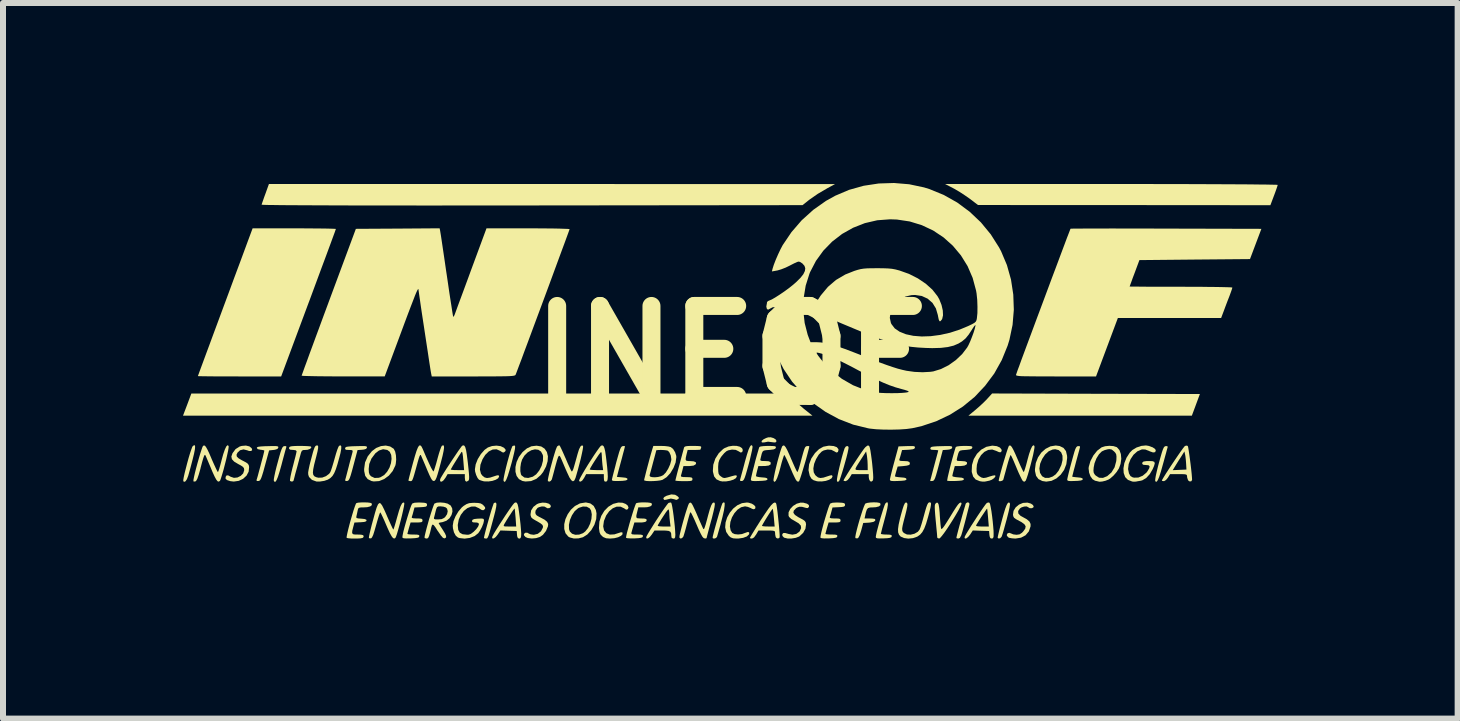
<source format=kicad_pcb>
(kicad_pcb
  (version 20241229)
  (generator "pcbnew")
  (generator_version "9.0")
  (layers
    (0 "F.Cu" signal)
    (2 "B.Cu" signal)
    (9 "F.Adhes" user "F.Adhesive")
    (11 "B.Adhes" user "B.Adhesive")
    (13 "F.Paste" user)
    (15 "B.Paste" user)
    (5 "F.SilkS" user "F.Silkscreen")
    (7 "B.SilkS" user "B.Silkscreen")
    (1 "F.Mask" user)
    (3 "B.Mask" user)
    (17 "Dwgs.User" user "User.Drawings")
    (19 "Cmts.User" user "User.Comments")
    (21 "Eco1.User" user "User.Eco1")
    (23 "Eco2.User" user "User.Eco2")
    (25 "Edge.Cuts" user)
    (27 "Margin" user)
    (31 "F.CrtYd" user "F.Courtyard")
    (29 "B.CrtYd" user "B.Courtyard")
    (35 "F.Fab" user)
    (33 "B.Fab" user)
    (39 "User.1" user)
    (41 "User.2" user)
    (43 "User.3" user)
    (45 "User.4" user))
  (footprint "INEOF"
    (layer "F.Cu")
    (at 9.129 2.871)
    (property "Reference" "INEOF" (at 0 0 0) (layer "F.SilkS") (effects (font (size 1.5 1.5) (thickness 0.3))))
    (attr board_only exclude_from_pos_files exclude_from_bom)
    (fp_poly (pts (xy 1.035 0.721) (xy 1.084 0.771) (xy 1.148 0.831) (xy 1.216 0.89) (xy 1.236 0.906) (xy 1.362 1.007) (xy -3.883 1.007) (xy -9.129 1.007) (xy -9.059 0.823) (xy -8.99 0.638) (xy -4.015 0.638) (xy 0.96 0.638)) (stroke (width 0) (type solid)) (fill yes) (layer "F.SilkS"))
    (fp_poly (pts (xy 6.088 0.642) (xy 7.819 0.646) (xy 7.752 0.827) (xy 7.685 1.007) (xy 5.823 1.007) (xy 3.961 1.007) (xy 4.075 0.913) (xy 4.141 0.856) (xy 4.21 0.792) (xy 4.268 0.734) (xy 4.273 0.728) (xy 4.356 0.637)) (stroke (width 0) (type solid)) (fill yes) (layer "F.SilkS"))
    (fp_poly (pts (xy -0.928 2.325) (xy -0.89 2.347) (xy -0.866 2.37) (xy -0.867 2.387) (xy -0.879 2.398) (xy -0.907 2.411) (xy -0.941 2.4) (xy -0.998 2.388) (xy -1.068 2.405) (xy -1.075 2.407) (xy -1.104 2.411) (xy -1.113 2.407) (xy -1.124 2.383) (xy -1.105 2.361) (xy -1.067 2.341) (xy -0.99 2.319)) (stroke (width 0) (type solid)) (fill yes) (layer "F.SilkS"))
    (fp_poly (pts (xy 0.712 1.38) (xy 0.747 1.401) (xy 0.762 1.427) (xy 0.761 1.437) (xy 0.743 1.454) (xy 0.707 1.451) (xy 0.707 1.451) (xy 0.621 1.44) (xy 0.56 1.452) (xy 0.527 1.454) (xy 0.513 1.446) (xy 0.518 1.425) (xy 0.546 1.401) (xy 0.59 1.379) (xy 0.624 1.368) (xy 0.667 1.367)) (stroke (width 0) (type solid)) (fill yes) (layer "F.SilkS"))
    (fp_poly (pts (xy -8.932 1.501) (xy -8.927 1.524) (xy -8.931 1.57) (xy -8.945 1.641) (xy -8.969 1.739) (xy -9.002 1.865) (xy -9.042 2.009) (xy -9.064 2.066) (xy -9.088 2.101) (xy -9.111 2.11) (xy -9.124 2.098) (xy -9.124 2.076) (xy -9.116 2.029) (xy -9.101 1.962) (xy -9.081 1.883) (xy -9.059 1.798) (xy -9.036 1.714) (xy -9.013 1.637) (xy -8.992 1.574) (xy -8.976 1.531) (xy -8.968 1.516) (xy -8.945 1.499)) (stroke (width 0) (type solid)) (fill yes) (layer "F.SilkS"))
    (fp_poly (pts (xy -0.101 2.464) (xy -0.102 2.509) (xy -0.113 2.585) (xy -0.137 2.691) (xy -0.172 2.827) (xy -0.22 2.995) (xy -0.229 3.026) (xy -0.246 3.046) (xy -0.273 3.055) (xy -0.296 3.052) (xy -0.302 3.04) (xy -0.298 3.013) (xy -0.285 2.961) (xy -0.267 2.892) (xy -0.245 2.812) (xy -0.221 2.727) (xy -0.197 2.644) (xy -0.174 2.57) (xy -0.155 2.51) (xy -0.141 2.473) (xy -0.136 2.463) (xy -0.113 2.449)) (stroke (width 0) (type solid)) (fill yes) (layer "F.SilkS"))
    (fp_poly (pts (xy -3.597 1.508) (xy -3.593 1.524) (xy -3.597 1.564) (xy -3.611 1.63) (xy -3.634 1.724) (xy -3.653 1.797) (xy -3.688 1.919) (xy -3.716 2.01) (xy -3.74 2.071) (xy -3.759 2.104) (xy -3.775 2.11) (xy -3.787 2.092) (xy -3.787 2.067) (xy -3.778 2.016) (xy -3.763 1.946) (xy -3.744 1.865) (xy -3.722 1.779) (xy -3.699 1.695) (xy -3.677 1.619) (xy -3.657 1.559) (xy -3.642 1.521) (xy -3.636 1.512) (xy -3.608 1.504)) (stroke (width 0) (type solid)) (fill yes) (layer "F.SilkS"))
    (fp_poly (pts (xy -7.409 1.515) (xy -7.407 1.53) (xy -7.414 1.554) (xy -7.428 1.603) (xy -7.447 1.674) (xy -7.47 1.759) (xy -7.487 1.825) (xy -7.52 1.942) (xy -7.547 2.027) (xy -7.57 2.082) (xy -7.589 2.109) (xy -7.605 2.108) (xy -7.616 2.089) (xy -7.615 2.064) (xy -7.606 2.014) (xy -7.591 1.943) (xy -7.57 1.857) (xy -7.552 1.791) (xy -7.525 1.691) (xy -7.504 1.618) (xy -7.487 1.569) (xy -7.473 1.539) (xy -7.46 1.522) (xy -7.446 1.515) (xy -7.439 1.514)) (stroke (width 0) (type solid)) (fill yes) (layer "F.SilkS"))
    (fp_poly (pts (xy 4.65 2.461) (xy 4.654 2.483) (xy 4.647 2.533) (xy 4.63 2.612) (xy 4.602 2.722) (xy 4.598 2.738) (xy 4.573 2.828) (xy 4.551 2.909) (xy 4.532 2.973) (xy 4.518 3.015) (xy 4.513 3.026) (xy 4.491 3.049) (xy 4.466 3.055) (xy 4.45 3.043) (xy 4.449 3.036) (xy 4.453 3.014) (xy 4.464 2.965) (xy 4.481 2.896) (xy 4.503 2.812) (xy 4.518 2.755) (xy 4.55 2.639) (xy 4.576 2.554) (xy 4.598 2.497) (xy 4.617 2.464) (xy 4.634 2.453)) (stroke (width 0) (type solid)) (fill yes) (layer "F.SilkS"))
    (fp_poly (pts (xy 0.355 1.503) (xy 0.363 1.519) (xy 0.362 1.542) (xy 0.353 1.592) (xy 0.337 1.662) (xy 0.317 1.748) (xy 0.299 1.816) (xy 0.271 1.917) (xy 0.25 1.99) (xy 0.233 2.04) (xy 0.219 2.071) (xy 0.206 2.087) (xy 0.192 2.095) (xy 0.187 2.096) (xy 0.159 2.095) (xy 0.155 2.076) (xy 0.157 2.07) (xy 0.164 2.044) (xy 0.178 1.992) (xy 0.198 1.92) (xy 0.221 1.834) (xy 0.236 1.776) (xy 0.269 1.66) (xy 0.296 1.576) (xy 0.32 1.523) (xy 0.339 1.499)) (stroke (width 0) (type solid)) (fill yes) (layer "F.SilkS"))
    (fp_poly (pts (xy 1.961 1.524) (xy 1.964 1.54) (xy 1.959 1.573) (xy 1.947 1.63) (xy 1.929 1.702) (xy 1.906 1.784) (xy 1.882 1.869) (xy 1.858 1.949) (xy 1.836 2.018) (xy 1.818 2.07) (xy 1.806 2.096) (xy 1.805 2.097) (xy 1.784 2.112) (xy 1.772 2.098) (xy 1.77 2.092) (xy 1.77 2.068) (xy 1.778 2.018) (xy 1.792 1.95) (xy 1.81 1.87) (xy 1.831 1.785) (xy 1.852 1.702) (xy 1.873 1.627) (xy 1.892 1.568) (xy 1.898 1.55) (xy 1.918 1.521) (xy 1.943 1.512)) (stroke (width 0) (type solid)) (fill yes) (layer "F.SilkS"))
    (fp_poly (pts (xy 3.968 2.456) (xy 3.979 2.476) (xy 3.975 2.499) (xy 3.963 2.549) (xy 3.946 2.616) (xy 3.926 2.696) (xy 3.904 2.78) (xy 3.882 2.861) (xy 3.862 2.934) (xy 3.845 2.991) (xy 3.842 3.001) (xy 3.819 3.044) (xy 3.793 3.055) (xy 3.766 3.05) (xy 3.761 3.043) (xy 3.765 3.021) (xy 3.777 2.973) (xy 3.794 2.907) (xy 3.815 2.828) (xy 3.839 2.744) (xy 3.862 2.66) (xy 3.884 2.584) (xy 3.902 2.523) (xy 3.914 2.482) (xy 3.919 2.469) (xy 3.942 2.452)) (stroke (width 0) (type solid)) (fill yes) (layer "F.SilkS"))
    (fp_poly (pts (xy 7.278 1.514) (xy 7.281 1.533) (xy 7.28 1.539) (xy 7.272 1.565) (xy 7.258 1.618) (xy 7.238 1.69) (xy 7.215 1.775) (xy 7.202 1.821) (xy 7.169 1.939) (xy 7.141 2.026) (xy 7.117 2.082) (xy 7.098 2.108) (xy 7.082 2.106) (xy 7.074 2.092) (xy 7.075 2.066) (xy 7.083 2.014) (xy 7.099 1.942) (xy 7.12 1.855) (xy 7.137 1.791) (xy 7.165 1.691) (xy 7.186 1.618) (xy 7.203 1.569) (xy 7.217 1.538) (xy 7.23 1.522) (xy 7.244 1.515) (xy 7.25 1.514)) (stroke (width 0) (type solid)) (fill yes) (layer "F.SilkS"))
    (fp_poly (pts (xy -3.91 2.462) (xy -3.905 2.483) (xy -3.909 2.525) (xy -3.923 2.594) (xy -3.945 2.68) (xy -3.977 2.799) (xy -4.002 2.891) (xy -4.021 2.957) (xy -4.035 3.003) (xy -4.047 3.031) (xy -4.057 3.047) (xy -4.067 3.054) (xy -4.078 3.055) (xy -4.081 3.055) (xy -4.107 3.05) (xy -4.113 3.043) (xy -4.108 3.016) (xy -4.096 2.965) (xy -4.078 2.896) (xy -4.056 2.815) (xy -4.032 2.73) (xy -4.008 2.647) (xy -3.986 2.572) (xy -3.966 2.512) (xy -3.953 2.474) (xy -3.948 2.464) (xy -3.924 2.454)) (stroke (width 0) (type solid)) (fill yes) (layer "F.SilkS"))
    (fp_poly (pts (xy 6.669 -2.854) (xy 6.98 -2.854) (xy 7.276 -2.853) (xy 7.555 -2.853) (xy 7.816 -2.852) (xy 8.058 -2.851) (xy 8.279 -2.85) (xy 8.477 -2.849) (xy 8.651 -2.848) (xy 8.8 -2.846) (xy 8.922 -2.845) (xy 9.016 -2.843) (xy 9.08 -2.842) (xy 9.112 -2.84) (xy 9.116 -2.839) (xy 9.11 -2.818) (xy 9.095 -2.773) (xy 9.073 -2.711) (xy 9.055 -2.663) (xy 8.994 -2.501) (xy 6.558 -2.503) (xy 4.121 -2.504) (xy 3.983 -2.609) (xy 3.904 -2.664) (xy 3.817 -2.721) (xy 3.734 -2.77) (xy 3.708 -2.784) (xy 3.573 -2.854) (xy 6.344 -2.854)) (stroke (width 0) (type solid)) (fill yes) (layer "F.SilkS"))
    (fp_poly (pts (xy -2.98 -2.854) (xy 1.738 -2.853) (xy 1.614 -2.786) (xy 1.45 -2.69) (xy 1.308 -2.591) (xy 1.266 -2.557) (xy 1.197 -2.502) (xy -3.313 -2.497) (xy -3.845 -2.497) (xy -4.343 -2.497) (xy -4.808 -2.496) (xy -5.239 -2.496) (xy -5.638 -2.497) (xy -6.003 -2.497) (xy -6.334 -2.497) (xy -6.633 -2.498) (xy -6.898 -2.499) (xy -7.129 -2.5) (xy -7.328 -2.501) (xy -7.492 -2.502) (xy -7.624 -2.504) (xy -7.721 -2.505) (xy -7.786 -2.507) (xy -7.816 -2.509) (xy -7.819 -2.51) (xy -7.812 -2.532) (xy -7.796 -2.578) (xy -7.774 -2.641) (xy -7.756 -2.69) (xy -7.697 -2.854)) (stroke (width 0) (type solid)) (fill yes) (layer "F.SilkS"))
    (fp_poly (pts (xy 2.617 2.457) (xy 2.619 2.492) (xy 2.609 2.555) (xy 2.587 2.649) (xy 2.568 2.72) (xy 2.545 2.806) (xy 2.525 2.88) (xy 2.511 2.937) (xy 2.503 2.97) (xy 2.502 2.976) (xy 2.517 2.982) (xy 2.556 2.987) (xy 2.595 2.988) (xy 2.649 2.99) (xy 2.676 2.996) (xy 2.684 3.008) (xy 2.683 3.018) (xy 2.675 3.033) (xy 2.652 3.043) (xy 2.61 3.049) (xy 2.547 3.052) (xy 2.481 3.053) (xy 2.442 3.051) (xy 2.423 3.044) (xy 2.417 3.031) (xy 2.417 3.029) (xy 2.422 2.997) (xy 2.434 2.941) (xy 2.453 2.869) (xy 2.475 2.787) (xy 2.499 2.702) (xy 2.524 2.621) (xy 2.546 2.551) (xy 2.564 2.499) (xy 2.577 2.47) (xy 2.578 2.469) (xy 2.603 2.449)) (stroke (width 0) (type solid)) (fill yes) (layer "F.SilkS"))
    (fp_poly (pts (xy -1.763 1.517) (xy -1.767 1.535) (xy -1.778 1.579) (xy -1.796 1.645) (xy -1.817 1.726) (xy -1.83 1.773) (xy -1.853 1.859) (xy -1.873 1.933) (xy -1.887 1.988) (xy -1.896 2.02) (xy -1.897 2.026) (xy -1.882 2.029) (xy -1.843 2.032) (xy -1.809 2.035) (xy -1.754 2.041) (xy -1.726 2.052) (xy -1.721 2.065) (xy -1.728 2.078) (xy -1.754 2.087) (xy -1.803 2.093) (xy -1.851 2.095) (xy -1.92 2.096) (xy -1.962 2.093) (xy -1.979 2.084) (xy -1.981 2.078) (xy -1.977 2.055) (xy -1.965 2.006) (xy -1.947 1.936) (xy -1.925 1.852) (xy -1.909 1.788) (xy -1.881 1.688) (xy -1.86 1.615) (xy -1.843 1.566) (xy -1.829 1.536) (xy -1.816 1.521) (xy -1.802 1.514) (xy -1.8 1.514) (xy -1.771 1.513)) (stroke (width 0) (type solid)) (fill yes) (layer "F.SilkS"))
    (fp_poly (pts (xy 5.817 1.515) (xy 5.821 1.533) (xy 5.819 1.539) (xy 5.81 1.574) (xy 5.795 1.629) (xy 5.776 1.699) (xy 5.755 1.776) (xy 5.735 1.853) (xy 5.716 1.922) (xy 5.702 1.979) (xy 5.693 2.014) (xy 5.691 2.023) (xy 5.706 2.027) (xy 5.745 2.032) (xy 5.779 2.035) (xy 5.835 2.041) (xy 5.862 2.052) (xy 5.867 2.065) (xy 5.86 2.078) (xy 5.835 2.087) (xy 5.785 2.093) (xy 5.737 2.095) (xy 5.671 2.097) (xy 5.633 2.095) (xy 5.614 2.088) (xy 5.608 2.075) (xy 5.608 2.07) (xy 5.613 2.044) (xy 5.625 1.992) (xy 5.643 1.92) (xy 5.665 1.835) (xy 5.68 1.78) (xy 5.707 1.682) (xy 5.727 1.611) (xy 5.743 1.564) (xy 5.757 1.536) (xy 5.77 1.521) (xy 5.785 1.514) (xy 5.789 1.514)) (stroke (width 0) (type solid)) (fill yes) (layer "F.SilkS"))
    (fp_poly (pts (xy -7.585 1.513) (xy -7.555 1.517) (xy -7.542 1.524) (xy -7.54 1.536) (xy -7.541 1.54) (xy -7.556 1.562) (xy -7.597 1.575) (xy -7.62 1.578) (xy -7.694 1.586) (xy -7.763 1.838) (xy -7.789 1.934) (xy -7.81 2.003) (xy -7.826 2.048) (xy -7.84 2.075) (xy -7.853 2.09) (xy -7.869 2.095) (xy -7.872 2.096) (xy -7.9 2.095) (xy -7.903 2.078) (xy -7.903 2.077) (xy -7.895 2.053) (xy -7.881 2.005) (xy -7.864 1.94) (xy -7.843 1.864) (xy -7.823 1.786) (xy -7.803 1.713) (xy -7.787 1.651) (xy -7.777 1.607) (xy -7.773 1.589) (xy -7.788 1.582) (xy -7.824 1.576) (xy -7.836 1.575) (xy -7.883 1.565) (xy -7.899 1.545) (xy -7.899 1.544) (xy -7.893 1.533) (xy -7.872 1.525) (xy -7.831 1.52) (xy -7.764 1.516) (xy -7.717 1.515) (xy -7.637 1.513)) (stroke (width 0) (type solid)) (fill yes) (layer "F.SilkS"))
    (fp_poly (pts (xy 2.438 2.453) (xy 2.478 2.46) (xy 2.493 2.469) (xy 2.496 2.497) (xy 2.47 2.519) (xy 2.42 2.532) (xy 2.373 2.535) (xy 2.321 2.537) (xy 2.288 2.547) (xy 2.268 2.572) (xy 2.252 2.62) (xy 2.242 2.665) (xy 2.23 2.72) (xy 2.314 2.72) (xy 2.364 2.722) (xy 2.399 2.728) (xy 2.407 2.733) (xy 2.408 2.758) (xy 2.379 2.777) (xy 2.32 2.788) (xy 2.3 2.79) (xy 2.208 2.795) (xy 2.174 2.921) (xy 2.15 2.997) (xy 2.128 3.04) (xy 2.112 3.052) (xy 2.084 3.05) (xy 2.077 3.044) (xy 2.077 3.021) (xy 2.086 2.972) (xy 2.102 2.905) (xy 2.123 2.826) (xy 2.147 2.742) (xy 2.173 2.659) (xy 2.197 2.584) (xy 2.219 2.523) (xy 2.236 2.484) (xy 2.243 2.472) (xy 2.275 2.461) (xy 2.325 2.454) (xy 2.383 2.451)) (stroke (width 0) (type solid)) (fill yes) (layer "F.SilkS"))
    (fp_poly (pts (xy 3.646 1.513) (xy 3.676 1.517) (xy 3.689 1.524) (xy 3.691 1.536) (xy 3.69 1.54) (xy 3.677 1.56) (xy 3.642 1.571) (xy 3.609 1.575) (xy 3.534 1.58) (xy 3.467 1.835) (xy 3.441 1.932) (xy 3.421 2.001) (xy 3.405 2.048) (xy 3.391 2.076) (xy 3.378 2.09) (xy 3.363 2.095) (xy 3.362 2.095) (xy 3.332 2.097) (xy 3.324 2.095) (xy 3.328 2.077) (xy 3.34 2.033) (xy 3.357 1.968) (xy 3.378 1.888) (xy 3.391 1.84) (xy 3.414 1.754) (xy 3.434 1.68) (xy 3.449 1.624) (xy 3.457 1.591) (xy 3.458 1.585) (xy 3.443 1.581) (xy 3.406 1.578) (xy 3.39 1.578) (xy 3.346 1.575) (xy 3.328 1.565) (xy 3.327 1.549) (xy 3.334 1.535) (xy 3.351 1.526) (xy 3.385 1.521) (xy 3.442 1.517) (xy 3.514 1.515) (xy 3.594 1.513)) (stroke (width 0) (type solid)) (fill yes) (layer "F.SilkS"))
    (fp_poly (pts (xy -6.107 1.513) (xy -6.078 1.517) (xy -6.065 1.524) (xy -6.063 1.536) (xy -6.063 1.54) (xy -6.077 1.56) (xy -6.112 1.571) (xy -6.145 1.575) (xy -6.22 1.58) (xy -6.288 1.835) (xy -6.314 1.932) (xy -6.334 2.001) (xy -6.35 2.047) (xy -6.364 2.075) (xy -6.377 2.09) (xy -6.392 2.095) (xy -6.394 2.096) (xy -6.422 2.095) (xy -6.425 2.076) (xy -6.424 2.07) (xy -6.416 2.043) (xy -6.402 1.99) (xy -6.384 1.92) (xy -6.363 1.84) (xy -6.363 1.838) (xy -6.342 1.758) (xy -6.323 1.688) (xy -6.309 1.635) (xy -6.302 1.608) (xy -6.302 1.607) (xy -6.302 1.589) (xy -6.32 1.58) (xy -6.363 1.578) (xy -6.407 1.576) (xy -6.426 1.566) (xy -6.427 1.549) (xy -6.42 1.535) (xy -6.403 1.526) (xy -6.368 1.521) (xy -6.311 1.517) (xy -6.239 1.515) (xy -6.159 1.513)) (stroke (width 0) (type solid)) (fill yes) (layer "F.SilkS"))
    (fp_poly (pts (xy -1.804 2.458) (xy -1.753 2.477) (xy -1.717 2.505) (xy -1.704 2.537) (xy -1.712 2.56) (xy -1.73 2.574) (xy -1.751 2.569) (xy -1.775 2.552) (xy -1.836 2.523) (xy -1.901 2.523) (xy -1.966 2.55) (xy -2.026 2.6) (xy -2.076 2.67) (xy -2.112 2.758) (xy -2.114 2.765) (xy -2.126 2.852) (xy -2.111 2.92) (xy -2.073 2.966) (xy -2.015 2.989) (xy -1.939 2.985) (xy -1.877 2.965) (xy -1.83 2.95) (xy -1.806 2.953) (xy -1.805 2.955) (xy -1.803 2.983) (xy -1.829 3.01) (xy -1.877 3.033) (xy -1.939 3.049) (xy -2.011 3.055) (xy -2.013 3.055) (xy -2.077 3.05) (xy -2.123 3.031) (xy -2.142 3.016) (xy -2.17 2.987) (xy -2.186 2.951) (xy -2.194 2.896) (xy -2.196 2.876) (xy -2.189 2.773) (xy -2.158 2.677) (xy -2.107 2.593) (xy -2.04 2.525) (xy -1.961 2.477) (xy -1.874 2.455)) (stroke (width 0) (type solid)) (fill yes) (layer "F.SilkS"))
    (fp_poly (pts (xy 0.297 2.457) (xy 0.35 2.473) (xy 0.39 2.498) (xy 0.412 2.526) (xy 0.408 2.553) (xy 0.406 2.556) (xy 0.385 2.567) (xy 0.355 2.559) (xy 0.334 2.547) (xy 0.285 2.527) (xy 0.238 2.518) (xy 0.238 2.518) (xy 0.173 2.533) (xy 0.113 2.573) (xy 0.061 2.632) (xy 0.02 2.702) (xy -0.006 2.778) (xy -0.014 2.852) (xy -0.002 2.918) (xy 0.026 2.962) (xy 0.066 2.981) (xy 0.123 2.987) (xy 0.187 2.98) (xy 0.236 2.962) (xy 0.281 2.946) (xy 0.306 2.95) (xy 0.308 2.974) (xy 0.303 2.987) (xy 0.268 3.02) (xy 0.206 3.043) (xy 0.126 3.055) (xy 0.097 3.055) (xy 0.04 3.051) (xy -0.000317 3.036) (xy -0.032 3.009) (xy -0.076 2.944) (xy -0.093 2.868) (xy -0.086 2.786) (xy -0.06 2.703) (xy -0.016 2.624) (xy 0.041 2.555) (xy 0.11 2.5) (xy 0.187 2.465) (xy 0.269 2.454)) (stroke (width 0) (type solid)) (fill yes) (layer "F.SilkS"))
    (fp_poly (pts (xy -7.126 -2.115) (xy -6.988 -2.114) (xy -6.864 -2.113) (xy -6.759 -2.112) (xy -6.674 -2.11) (xy -6.615 -2.108) (xy -6.584 -2.106) (xy -6.581 -2.105) (xy -6.587 -2.088) (xy -6.603 -2.042) (xy -6.63 -1.969) (xy -6.665 -1.873) (xy -6.709 -1.754) (xy -6.76 -1.616) (xy -6.818 -1.461) (xy -6.881 -1.291) (xy -6.948 -1.11) (xy -7.019 -0.918) (xy -7.037 -0.871) (xy -7.493 0.353) (xy -8.187 0.353) (xy -8.336 0.352) (xy -8.474 0.352) (xy -8.597 0.352) (xy -8.703 0.351) (xy -8.787 0.35) (xy -8.846 0.349) (xy -8.877 0.348) (xy -8.881 0.347) (xy -8.875 0.331) (xy -8.858 0.284) (xy -8.83 0.208) (xy -8.792 0.105) (xy -8.744 -0.025) (xy -8.686 -0.181) (xy -8.62 -0.36) (xy -8.545 -0.562) (xy -8.462 -0.786) (xy -8.371 -1.031) (xy -8.274 -1.294) (xy -8.169 -1.575) (xy -8.059 -1.873) (xy -8.055 -1.884) (xy -7.969 -2.115) (xy -7.275 -2.115)) (stroke (width 0) (type solid)) (fill yes) (layer "F.SilkS"))
    (fp_poly (pts (xy -7.105 1.512) (xy -7.045 1.515) (xy -7.006 1.519) (xy -6.995 1.522) (xy -6.991 1.542) (xy -7.013 1.561) (xy -7.052 1.575) (xy -7.086 1.578) (xy -7.127 1.58) (xy -7.149 1.593) (xy -7.163 1.626) (xy -7.169 1.649) (xy -7.182 1.696) (xy -7.2 1.764) (xy -7.221 1.844) (xy -7.237 1.902) (xy -7.257 1.974) (xy -7.272 2.034) (xy -7.283 2.075) (xy -7.286 2.089) (xy -7.299 2.102) (xy -7.325 2.104) (xy -7.345 2.094) (xy -7.346 2.092) (xy -7.345 2.068) (xy -7.337 2.018) (xy -7.322 1.95) (xy -7.302 1.868) (xy -7.295 1.843) (xy -7.274 1.76) (xy -7.255 1.688) (xy -7.242 1.633) (xy -7.236 1.602) (xy -7.236 1.598) (xy -7.25 1.584) (xy -7.288 1.578) (xy -7.292 1.578) (xy -7.341 1.574) (xy -7.361 1.56) (xy -7.359 1.534) (xy -7.346 1.523) (xy -7.315 1.516) (xy -7.261 1.512) (xy -7.179 1.511) (xy -7.178 1.511)) (stroke (width 0) (type solid)) (fill yes) (layer "F.SilkS"))
    (fp_poly (pts (xy -3.835 1.515) (xy -3.782 1.54) (xy -3.775 1.546) (xy -3.752 1.574) (xy -3.753 1.593) (xy -3.765 1.607) (xy -3.785 1.621) (xy -3.807 1.617) (xy -3.842 1.594) (xy -3.903 1.567) (xy -3.968 1.571) (xy -4.033 1.603) (xy -4.092 1.661) (xy -4.137 1.733) (xy -4.172 1.825) (xy -4.18 1.907) (xy -4.163 1.974) (xy -4.139 2.007) (xy -4.102 2.036) (xy -4.063 2.046) (xy -4.011 2.039) (xy -3.962 2.023) (xy -3.907 2.005) (xy -3.877 1.999) (xy -3.864 2.007) (xy -3.861 2.023) (xy -3.877 2.051) (xy -3.917 2.075) (xy -3.974 2.094) (xy -4.038 2.103) (xy -4.102 2.102) (xy -4.123 2.099) (xy -4.166 2.086) (xy -4.196 2.074) (xy -4.22 2.045) (xy -4.243 1.996) (xy -4.26 1.94) (xy -4.264 1.901) (xy -4.251 1.818) (xy -4.216 1.73) (xy -4.164 1.646) (xy -4.103 1.577) (xy -4.048 1.537) (xy -3.979 1.513) (xy -3.904 1.506)) (stroke (width 0) (type solid)) (fill yes) (layer "F.SilkS"))
    (fp_poly (pts (xy 1.716 1.513) (xy 1.768 1.532) (xy 1.794 1.564) (xy 1.796 1.578) (xy 1.786 1.613) (xy 1.761 1.621) (xy 1.727 1.601) (xy 1.677 1.576) (xy 1.614 1.571) (xy 1.55 1.586) (xy 1.516 1.605) (xy 1.466 1.657) (xy 1.422 1.73) (xy 1.39 1.81) (xy 1.377 1.885) (xy 1.377 1.891) (xy 1.383 1.951) (xy 1.406 1.993) (xy 1.418 2.007) (xy 1.455 2.036) (xy 1.494 2.046) (xy 1.546 2.039) (xy 1.595 2.023) (xy 1.65 2.005) (xy 1.68 1.999) (xy 1.693 2.007) (xy 1.696 2.023) (xy 1.68 2.051) (xy 1.64 2.075) (xy 1.583 2.094) (xy 1.519 2.103) (xy 1.455 2.102) (xy 1.434 2.099) (xy 1.379 2.082) (xy 1.345 2.057) (xy 1.32 2.014) (xy 1.316 2.005) (xy 1.296 1.915) (xy 1.306 1.818) (xy 1.343 1.72) (xy 1.404 1.63) (xy 1.473 1.563) (xy 1.544 1.524) (xy 1.625 1.508) (xy 1.642 1.507)) (stroke (width 0) (type solid)) (fill yes) (layer "F.SilkS"))
    (fp_poly (pts (xy 5.482 1.513) (xy 5.546 1.544) (xy 5.587 1.597) (xy 5.605 1.674) (xy 5.607 1.71) (xy 5.593 1.816) (xy 5.556 1.911) (xy 5.499 1.991) (xy 5.428 2.053) (xy 5.346 2.093) (xy 5.258 2.106) (xy 5.193 2.096) (xy 5.129 2.064) (xy 5.089 2.01) (xy 5.071 1.931) (xy 5.07 1.899) (xy 5.072 1.887) (xy 5.144 1.887) (xy 5.154 1.958) (xy 5.189 2.016) (xy 5.239 2.044) (xy 5.305 2.043) (xy 5.366 2.021) (xy 5.417 1.984) (xy 5.462 1.927) (xy 5.467 1.919) (xy 5.51 1.829) (xy 5.53 1.746) (xy 5.529 1.674) (xy 5.507 1.618) (xy 5.467 1.581) (xy 5.409 1.566) (xy 5.365 1.571) (xy 5.299 1.6) (xy 5.239 1.655) (xy 5.191 1.727) (xy 5.157 1.807) (xy 5.144 1.887) (xy 5.072 1.887) (xy 5.084 1.796) (xy 5.121 1.702) (xy 5.177 1.621) (xy 5.248 1.559) (xy 5.329 1.518) (xy 5.416 1.504)) (stroke (width 0) (type solid)) (fill yes) (layer "F.SilkS"))
    (fp_poly (pts (xy 3.84 2.458) (xy 3.846 2.463) (xy 3.844 2.483) (xy 3.826 2.525) (xy 3.795 2.585) (xy 3.754 2.656) (xy 3.707 2.734) (xy 3.657 2.813) (xy 3.607 2.89) (xy 3.56 2.957) (xy 3.52 3.01) (xy 3.489 3.045) (xy 3.473 3.055) (xy 3.447 3.046) (xy 3.441 3.034) (xy 3.44 3.011) (xy 3.436 2.961) (xy 3.429 2.89) (xy 3.421 2.804) (xy 3.416 2.754) (xy 3.407 2.653) (xy 3.402 2.58) (xy 3.4 2.53) (xy 3.402 2.498) (xy 3.408 2.479) (xy 3.415 2.47) (xy 3.436 2.455) (xy 3.452 2.461) (xy 3.465 2.489) (xy 3.474 2.544) (xy 3.482 2.628) (xy 3.484 2.665) (xy 3.49 2.745) (xy 3.496 2.816) (xy 3.502 2.867) (xy 3.507 2.892) (xy 3.516 2.895) (xy 3.535 2.878) (xy 3.565 2.837) (xy 3.608 2.77) (xy 3.65 2.703) (xy 3.708 2.608) (xy 3.752 2.539) (xy 3.785 2.492) (xy 3.809 2.466) (xy 3.826 2.455)) (stroke (width 0) (type solid)) (fill yes) (layer "F.SilkS"))
    (fp_poly (pts (xy 4.435 1.515) (xy 4.486 1.538) (xy 4.513 1.572) (xy 4.516 1.588) (xy 4.505 1.615) (xy 4.474 1.616) (xy 4.425 1.594) (xy 4.358 1.571) (xy 4.291 1.578) (xy 4.227 1.61) (xy 4.172 1.664) (xy 4.129 1.736) (xy 4.103 1.823) (xy 4.097 1.892) (xy 4.099 1.947) (xy 4.11 1.982) (xy 4.134 2.008) (xy 4.14 2.013) (xy 4.177 2.037) (xy 4.212 2.046) (xy 4.256 2.04) (xy 4.318 2.02) (xy 4.366 2.006) (xy 4.4 2.001) (xy 4.409 2.003) (xy 4.41 2.023) (xy 4.388 2.049) (xy 4.352 2.074) (xy 4.311 2.09) (xy 4.309 2.09) (xy 4.263 2.1) (xy 4.231 2.106) (xy 4.197 2.106) (xy 4.152 2.099) (xy 4.149 2.098) (xy 4.082 2.071) (xy 4.04 2.022) (xy 4.018 1.95) (xy 4.016 1.934) (xy 4.021 1.828) (xy 4.051 1.729) (xy 4.104 1.642) (xy 4.175 1.573) (xy 4.26 1.526) (xy 4.355 1.507) (xy 4.366 1.507)) (stroke (width 0) (type solid)) (fill yes) (layer "F.SilkS"))
    (fp_poly (pts (xy -3.159 1.52) (xy -3.102 1.557) (xy -3.064 1.613) (xy -3.047 1.684) (xy -3.052 1.766) (xy -3.078 1.854) (xy -3.126 1.944) (xy -3.166 1.996) (xy -3.24 2.06) (xy -3.328 2.097) (xy -3.422 2.104) (xy -3.472 2.095) (xy -3.53 2.064) (xy -3.569 2.011) (xy -3.588 1.942) (xy -3.588 1.932) (xy -3.507 1.932) (xy -3.497 1.983) (xy -3.488 2.001) (xy -3.439 2.038) (xy -3.375 2.045) (xy -3.299 2.024) (xy -3.242 1.984) (xy -3.191 1.92) (xy -3.152 1.842) (xy -3.13 1.76) (xy -3.128 1.683) (xy -3.133 1.66) (xy -3.162 1.605) (xy -3.207 1.575) (xy -3.263 1.568) (xy -3.324 1.583) (xy -3.384 1.618) (xy -3.438 1.672) (xy -3.477 1.737) (xy -3.496 1.797) (xy -3.506 1.866) (xy -3.507 1.932) (xy -3.588 1.932) (xy -3.588 1.863) (xy -3.569 1.778) (xy -3.531 1.695) (xy -3.473 1.618) (xy -3.47 1.614) (xy -3.397 1.552) (xy -3.322 1.517) (xy -3.236 1.507)) (stroke (width 0) (type solid)) (fill yes) (layer "F.SilkS"))
    (fp_poly (pts (xy -2.341 2.469) (xy -2.284 2.511) (xy -2.248 2.579) (xy -2.237 2.635) (xy -2.242 2.73) (xy -2.273 2.826) (xy -2.324 2.914) (xy -2.39 2.987) (xy -2.463 3.033) (xy -2.538 3.052) (xy -2.614 3.054) (xy -2.681 3.037) (xy -2.709 3.021) (xy -2.754 2.966) (xy -2.775 2.895) (xy -2.775 2.826) (xy -2.697 2.826) (xy -2.695 2.899) (xy -2.682 2.937) (xy -2.645 2.974) (xy -2.591 2.992) (xy -2.527 2.989) (xy -2.464 2.966) (xy -2.425 2.937) (xy -2.378 2.878) (xy -2.343 2.805) (xy -2.322 2.727) (xy -2.316 2.652) (xy -2.328 2.588) (xy -2.35 2.552) (xy -2.4 2.524) (xy -2.463 2.521) (xy -2.53 2.542) (xy -2.546 2.551) (xy -2.601 2.599) (xy -2.647 2.668) (xy -2.68 2.746) (xy -2.697 2.826) (xy -2.775 2.826) (xy -2.775 2.815) (xy -2.755 2.731) (xy -2.717 2.649) (xy -2.664 2.574) (xy -2.597 2.513) (xy -2.52 2.472) (xy -2.504 2.467) (xy -2.415 2.453)) (stroke (width 0) (type solid)) (fill yes) (layer "F.SilkS"))
    (fp_poly (pts (xy -5.677 1.52) (xy -5.618 1.558) (xy -5.615 1.562) (xy -5.593 1.605) (xy -5.58 1.668) (xy -5.576 1.74) (xy -5.583 1.809) (xy -5.589 1.835) (xy -5.634 1.929) (xy -5.698 2.006) (xy -5.776 2.063) (xy -5.861 2.097) (xy -5.949 2.103) (xy -5.988 2.096) (xy -6.051 2.064) (xy -6.092 2.01) (xy -6.109 1.931) (xy -6.11 1.899) (xy -6.11 1.895) (xy -6.034 1.895) (xy -6.031 1.952) (xy -6.02 1.988) (xy -5.998 2.014) (xy -5.995 2.017) (xy -5.936 2.045) (xy -5.866 2.042) (xy -5.836 2.032) (xy -5.776 1.996) (xy -5.727 1.941) (xy -5.688 1.874) (xy -5.663 1.8) (xy -5.653 1.727) (xy -5.659 1.662) (xy -5.683 1.609) (xy -5.724 1.578) (xy -5.794 1.566) (xy -5.862 1.587) (xy -5.922 1.633) (xy -5.988 1.721) (xy -6.025 1.812) (xy -6.034 1.895) (xy -6.11 1.895) (xy -6.095 1.786) (xy -6.05 1.685) (xy -5.98 1.598) (xy -5.909 1.545) (xy -5.83 1.514) (xy -5.75 1.505)) (stroke (width 0) (type solid)) (fill yes) (layer "F.SilkS"))
    (fp_poly (pts (xy 0.097 1.51) (xy 0.152 1.524) (xy 0.189 1.549) (xy 0.201 1.58) (xy 0.191 1.614) (xy 0.165 1.621) (xy 0.132 1.601) (xy 0.084 1.577) (xy 0.021 1.572) (xy -0.043 1.585) (xy -0.073 1.6) (xy -0.109 1.632) (xy -0.149 1.679) (xy -0.164 1.699) (xy -0.191 1.747) (xy -0.205 1.793) (xy -0.21 1.855) (xy -0.21 1.877) (xy -0.208 1.937) (xy -0.202 1.975) (xy -0.187 2) (xy -0.163 2.02) (xy -0.131 2.041) (xy -0.101 2.046) (xy -0.058 2.037) (xy -0.046 2.034) (xy 0.023 2.014) (xy 0.066 2.003) (xy 0.09 2.001) (xy 0.099 2.008) (xy 0.101 2.022) (xy 0.085 2.049) (xy 0.045 2.073) (xy -0.011 2.091) (xy -0.076 2.102) (xy -0.139 2.103) (xy -0.178 2.096) (xy -0.238 2.068) (xy -0.277 2.019) (xy -0.296 1.945) (xy -0.298 1.926) (xy -0.291 1.824) (xy -0.257 1.723) (xy -0.2 1.633) (xy -0.126 1.562) (xy -0.1 1.546) (xy -0.037 1.52) (xy 0.031 1.509)) (stroke (width 0) (type solid)) (fill yes) (layer "F.SilkS"))
    (fp_poly (pts (xy -8.022 1.519) (xy -7.984 1.55) (xy -7.984 1.55) (xy -7.976 1.58) (xy -7.994 1.596) (xy -8.029 1.595) (xy -8.059 1.584) (xy -8.12 1.569) (xy -8.178 1.583) (xy -8.22 1.622) (xy -8.237 1.658) (xy -8.232 1.689) (xy -8.202 1.718) (xy -8.144 1.752) (xy -8.13 1.759) (xy -8.077 1.787) (xy -8.046 1.81) (xy -8.032 1.835) (xy -8.027 1.864) (xy -8.035 1.94) (xy -8.07 2.006) (xy -8.127 2.059) (xy -8.2 2.093) (xy -8.283 2.105) (xy -8.341 2.098) (xy -8.396 2.08) (xy -8.42 2.056) (xy -8.418 2.026) (xy -8.402 2.002) (xy -8.376 2.002) (xy -8.334 2.025) (xy -8.28 2.043) (xy -8.221 2.037) (xy -8.167 2.01) (xy -8.126 1.969) (xy -8.109 1.916) (xy -8.109 1.911) (xy -8.113 1.883) (xy -8.129 1.861) (xy -8.164 1.837) (xy -8.209 1.813) (xy -8.277 1.772) (xy -8.314 1.732) (xy -8.323 1.688) (xy -8.305 1.636) (xy -8.305 1.634) (xy -8.253 1.564) (xy -8.185 1.521) (xy -8.151 1.511) (xy -8.081 1.505)) (stroke (width 0) (type solid)) (fill yes) (layer "F.SilkS"))
    (fp_poly (pts (xy 1.21 2.457) (xy 1.271 2.474) (xy 1.302 2.496) (xy 1.304 2.524) (xy 1.303 2.527) (xy 1.284 2.547) (xy 1.255 2.544) (xy 1.189 2.526) (xy 1.143 2.525) (xy 1.105 2.539) (xy 1.086 2.552) (xy 1.05 2.59) (xy 1.044 2.626) (xy 1.07 2.661) (xy 1.127 2.699) (xy 1.15 2.711) (xy 1.204 2.74) (xy 1.235 2.763) (xy 1.25 2.787) (xy 1.255 2.82) (xy 1.255 2.82) (xy 1.245 2.891) (xy 1.207 2.96) (xy 1.148 3.015) (xy 1.138 3.022) (xy 1.083 3.043) (xy 1.015 3.054) (xy 0.947 3.054) (xy 0.893 3.041) (xy 0.886 3.037) (xy 0.861 3.011) (xy 0.859 2.981) (xy 0.878 2.962) (xy 0.907 2.962) (xy 0.95 2.974) (xy 0.958 2.977) (xy 1.027 2.99) (xy 1.092 2.978) (xy 1.142 2.942) (xy 1.151 2.93) (xy 1.173 2.881) (xy 1.168 2.839) (xy 1.132 2.801) (xy 1.07 2.764) (xy 1.008 2.728) (xy 0.973 2.695) (xy 0.963 2.673) (xy 0.964 2.617) (xy 0.992 2.561) (xy 1.039 2.511) (xy 1.099 2.474) (xy 1.164 2.456)) (stroke (width 0) (type solid)) (fill yes) (layer "F.SilkS"))
    (fp_poly (pts (xy 3.045 1.514) (xy 3.065 1.52) (xy 3.07 1.531) (xy 3.069 1.54) (xy 3.06 1.557) (xy 3.034 1.567) (xy 2.985 1.573) (xy 2.959 1.575) (xy 2.855 1.58) (xy 2.837 1.647) (xy 2.823 1.696) (xy 2.811 1.733) (xy 2.809 1.739) (xy 2.811 1.753) (xy 2.833 1.761) (xy 2.883 1.763) (xy 2.886 1.763) (xy 2.944 1.766) (xy 2.975 1.778) (xy 2.982 1.789) (xy 2.986 1.813) (xy 2.972 1.829) (xy 2.933 1.84) (xy 2.875 1.847) (xy 2.782 1.855) (xy 2.759 1.931) (xy 2.746 1.978) (xy 2.738 2.011) (xy 2.737 2.018) (xy 2.752 2.025) (xy 2.791 2.031) (xy 2.833 2.035) (xy 2.891 2.04) (xy 2.921 2.05) (xy 2.929 2.065) (xy 2.923 2.078) (xy 2.898 2.087) (xy 2.85 2.092) (xy 2.791 2.095) (xy 2.723 2.097) (xy 2.681 2.095) (xy 2.66 2.089) (xy 2.654 2.077) (xy 2.653 2.07) (xy 2.658 2.044) (xy 2.67 1.992) (xy 2.688 1.92) (xy 2.71 1.835) (xy 2.725 1.78) (xy 2.796 1.519) (xy 2.935 1.514) (xy 3.004 1.513)) (stroke (width 0) (type solid)) (fill yes) (layer "F.SilkS"))
    (fp_poly (pts (xy 4.949 2.457) (xy 5.002 2.472) (xy 5.037 2.496) (xy 5.049 2.523) (xy 5.046 2.533) (xy 5.02 2.549) (xy 4.985 2.549) (xy 4.961 2.535) (xy 4.934 2.52) (xy 4.892 2.521) (xy 4.847 2.535) (xy 4.82 2.553) (xy 4.79 2.596) (xy 4.793 2.637) (xy 4.829 2.675) (xy 4.863 2.694) (xy 4.935 2.734) (xy 4.978 2.771) (xy 4.997 2.811) (xy 4.997 2.851) (xy 4.968 2.936) (xy 4.914 3) (xy 4.838 3.04) (xy 4.746 3.055) (xy 4.743 3.055) (xy 4.687 3.051) (xy 4.643 3.043) (xy 4.629 3.037) (xy 4.605 3.012) (xy 4.6 2.995) (xy 4.613 2.968) (xy 4.643 2.959) (xy 4.675 2.971) (xy 4.708 2.985) (xy 4.755 2.991) (xy 4.763 2.992) (xy 4.813 2.985) (xy 4.854 2.958) (xy 4.873 2.938) (xy 4.908 2.89) (xy 4.915 2.85) (xy 4.893 2.815) (xy 4.841 2.778) (xy 4.81 2.762) (xy 4.755 2.732) (xy 4.723 2.709) (xy 4.709 2.684) (xy 4.704 2.657) (xy 4.713 2.593) (xy 4.749 2.535) (xy 4.804 2.489) (xy 4.871 2.461) (xy 4.943 2.456)) (stroke (width 0) (type solid)) (fill yes) (layer "F.SilkS"))
    (fp_poly (pts (xy -3.081 2.459) (xy -3.034 2.473) (xy -3.004 2.496) (xy -2.999 2.525) (xy -2.999 2.528) (xy -3.022 2.547) (xy -3.055 2.55) (xy -3.081 2.535) (xy -3.107 2.521) (xy -3.15 2.52) (xy -3.196 2.532) (xy -3.22 2.544) (xy -3.251 2.585) (xy -3.257 2.617) (xy -3.252 2.647) (xy -3.233 2.67) (xy -3.192 2.694) (xy -3.173 2.703) (xy -3.102 2.741) (xy -3.06 2.776) (xy -3.043 2.812) (xy -3.046 2.849) (xy -3.079 2.928) (xy -3.13 2.993) (xy -3.18 3.028) (xy -3.245 3.048) (xy -3.316 3.054) (xy -3.382 3.046) (xy -3.42 3.03) (xy -3.445 3.002) (xy -3.447 2.979) (xy -3.424 2.958) (xy -3.389 2.958) (xy -3.363 2.973) (xy -3.335 2.985) (xy -3.29 2.991) (xy -3.282 2.992) (xy -3.216 2.976) (xy -3.163 2.934) (xy -3.132 2.876) (xy -3.129 2.85) (xy -3.139 2.827) (xy -3.169 2.802) (xy -3.222 2.77) (xy -3.248 2.756) (xy -3.297 2.727) (xy -3.324 2.703) (xy -3.335 2.672) (xy -3.337 2.651) (xy -3.327 2.586) (xy -3.289 2.527) (xy -3.23 2.481) (xy -3.196 2.467) (xy -3.138 2.456)) (stroke (width 0) (type solid)) (fill yes) (layer "F.SilkS"))
    (fp_poly (pts (xy 3.33 2.454) (xy 3.338 2.467) (xy 3.337 2.494) (xy 3.329 2.54) (xy 3.312 2.609) (xy 3.288 2.698) (xy 3.256 2.807) (xy 3.225 2.888) (xy 3.193 2.947) (xy 3.157 2.989) (xy 3.113 3.02) (xy 3.106 3.024) (xy 3.037 3.048) (xy 2.959 3.056) (xy 2.887 3.046) (xy 2.831 3.021) (xy 2.805 2.992) (xy 2.79 2.952) (xy 2.788 2.898) (xy 2.798 2.823) (xy 2.82 2.725) (xy 2.836 2.663) (xy 2.862 2.57) (xy 2.883 2.506) (xy 2.901 2.468) (xy 2.918 2.453) (xy 2.935 2.458) (xy 2.939 2.463) (xy 2.945 2.482) (xy 2.941 2.524) (xy 2.927 2.591) (xy 2.906 2.675) (xy 2.881 2.77) (xy 2.865 2.838) (xy 2.857 2.885) (xy 2.858 2.917) (xy 2.866 2.94) (xy 2.882 2.958) (xy 2.886 2.962) (xy 2.936 2.987) (xy 2.999 2.99) (xy 3.063 2.974) (xy 3.118 2.942) (xy 3.147 2.906) (xy 3.161 2.871) (xy 3.18 2.813) (xy 3.201 2.741) (xy 3.214 2.694) (xy 3.24 2.599) (xy 3.26 2.532) (xy 3.276 2.489) (xy 3.29 2.464) (xy 3.304 2.453) (xy 3.315 2.451)) (stroke (width 0) (type solid)) (fill yes) (layer "F.SilkS"))
    (fp_poly (pts (xy 2.308 1.514) (xy 2.317 1.538) (xy 2.328 1.589) (xy 2.339 1.663) (xy 2.351 1.752) (xy 2.357 1.804) (xy 2.367 1.908) (xy 2.373 1.984) (xy 2.375 2.036) (xy 2.373 2.069) (xy 2.367 2.088) (xy 2.362 2.094) (xy 2.339 2.107) (xy 2.32 2.095) (xy 2.305 2.064) (xy 2.3 2.028) (xy 2.3 1.981) (xy 2.159 1.981) (xy 2.017 1.981) (xy 1.981 2.04) (xy 1.949 2.079) (xy 1.917 2.098) (xy 1.912 2.098) (xy 1.886 2.094) (xy 1.88 2.087) (xy 1.889 2.067) (xy 1.914 2.025) (xy 1.95 1.966) (xy 1.995 1.895) (xy 2.001 1.886) (xy 2.08 1.886) (xy 2.081 1.905) (xy 2.099 1.912) (xy 2.133 1.914) (xy 2.173 1.914) (xy 2.283 1.914) (xy 2.282 1.826) (xy 2.279 1.759) (xy 2.272 1.693) (xy 2.269 1.67) (xy 2.256 1.603) (xy 2.18 1.721) (xy 2.13 1.799) (xy 2.097 1.852) (xy 2.08 1.886) (xy 2.001 1.886) (xy 2.045 1.818) (xy 2.096 1.741) (xy 2.145 1.668) (xy 2.188 1.605) (xy 2.222 1.558) (xy 2.244 1.532) (xy 2.245 1.531) (xy 2.277 1.506) (xy 2.297 1.505)) (stroke (width 0) (type solid)) (fill yes) (layer "F.SilkS"))
    (fp_poly (pts (xy 7.618 1.515) (xy 7.624 1.536) (xy 7.632 1.584) (xy 7.642 1.651) (xy 7.653 1.731) (xy 7.664 1.816) (xy 7.674 1.901) (xy 7.682 1.977) (xy 7.687 2.039) (xy 7.689 2.076) (xy 7.677 2.099) (xy 7.651 2.104) (xy 7.626 2.088) (xy 7.622 2.082) (xy 7.607 2.039) (xy 7.605 2.016) (xy 7.602 1.999) (xy 7.591 1.988) (xy 7.563 1.983) (xy 7.513 1.981) (xy 7.464 1.981) (xy 7.322 1.981) (xy 7.286 2.04) (xy 7.254 2.079) (xy 7.222 2.098) (xy 7.217 2.098) (xy 7.191 2.094) (xy 7.185 2.089) (xy 7.194 2.069) (xy 7.219 2.027) (xy 7.256 1.967) (xy 7.29 1.915) (xy 7.366 1.915) (xy 7.48 1.91) (xy 7.595 1.905) (xy 7.59 1.813) (xy 7.585 1.748) (xy 7.578 1.686) (xy 7.574 1.662) (xy 7.561 1.603) (xy 7.503 1.696) (xy 7.464 1.756) (xy 7.426 1.817) (xy 7.405 1.852) (xy 7.366 1.915) (xy 7.29 1.915) (xy 7.302 1.896) (xy 7.353 1.819) (xy 7.406 1.74) (xy 7.457 1.665) (xy 7.502 1.6) (xy 7.539 1.549) (xy 7.564 1.518) (xy 7.571 1.511) (xy 7.604 1.505)) (stroke (width 0) (type solid)) (fill yes) (layer "F.SilkS"))
    (fp_poly (pts (xy -6.491 1.518) (xy -6.492 1.561) (xy -6.505 1.632) (xy -6.522 1.698) (xy -6.554 1.814) (xy -6.582 1.901) (xy -6.609 1.965) (xy -6.638 2.012) (xy -6.671 2.045) (xy -6.71 2.07) (xy -6.715 2.073) (xy -6.774 2.093) (xy -6.843 2.104) (xy -6.904 2.104) (xy -6.908 2.103) (xy -6.98 2.077) (xy -7.027 2.03) (xy -7.034 2.014) (xy -7.042 1.986) (xy -7.043 1.952) (xy -7.035 1.904) (xy -7.02 1.833) (xy -7.01 1.793) (xy -6.983 1.691) (xy -6.963 1.616) (xy -6.947 1.565) (xy -6.934 1.533) (xy -6.922 1.514) (xy -6.91 1.505) (xy -6.908 1.505) (xy -6.888 1.502) (xy -6.877 1.514) (xy -6.877 1.547) (xy -6.887 1.602) (xy -6.907 1.684) (xy -6.916 1.718) (xy -6.943 1.823) (xy -6.959 1.902) (xy -6.964 1.957) (xy -6.957 1.995) (xy -6.937 2.019) (xy -6.903 2.034) (xy -6.871 2.041) (xy -6.809 2.039) (xy -6.746 2.015) (xy -6.694 1.976) (xy -6.674 1.949) (xy -6.661 1.916) (xy -6.642 1.858) (xy -6.62 1.785) (xy -6.6 1.714) (xy -6.578 1.637) (xy -6.557 1.573) (xy -6.539 1.528) (xy -6.527 1.509) (xy -6.503 1.501)) (stroke (width 0) (type solid)) (fill yes) (layer "F.SilkS"))
    (fp_poly (pts (xy -6.049 2.454) (xy -6.005 2.46) (xy -5.984 2.469) (xy -5.981 2.497) (xy -6.008 2.519) (xy -6.059 2.532) (xy -6.111 2.535) (xy -6.165 2.536) (xy -6.195 2.542) (xy -6.21 2.556) (xy -6.217 2.583) (xy -6.228 2.636) (xy -6.237 2.675) (xy -6.242 2.7) (xy -6.234 2.713) (xy -6.206 2.72) (xy -6.159 2.723) (xy -6.103 2.729) (xy -6.075 2.74) (xy -6.069 2.753) (xy -6.078 2.768) (xy -6.108 2.778) (xy -6.166 2.783) (xy -6.17 2.783) (xy -6.272 2.788) (xy -6.292 2.863) (xy -6.308 2.926) (xy -6.31 2.963) (xy -6.296 2.982) (xy -6.262 2.988) (xy -6.223 2.988) (xy -6.162 2.99) (xy -6.128 2.998) (xy -6.118 3.013) (xy -6.122 3.032) (xy -6.137 3.045) (xy -6.174 3.052) (xy -6.237 3.055) (xy -6.263 3.055) (xy -6.326 3.054) (xy -6.374 3.05) (xy -6.4 3.044) (xy -6.402 3.043) (xy -6.401 3.021) (xy -6.392 2.975) (xy -6.377 2.909) (xy -6.357 2.831) (xy -6.334 2.746) (xy -6.31 2.663) (xy -6.287 2.586) (xy -6.266 2.523) (xy -6.25 2.481) (xy -6.241 2.465) (xy -6.212 2.457) (xy -6.163 2.453) (xy -6.106 2.452)) (stroke (width 0) (type solid)) (fill yes) (layer "F.SilkS"))
    (fp_poly (pts (xy -3.567 2.458) (xy -3.553 2.482) (xy -3.541 2.529) (xy -3.53 2.602) (xy -3.518 2.695) (xy -3.504 2.815) (xy -3.496 2.906) (xy -3.492 2.972) (xy -3.494 3.016) (xy -3.501 3.042) (xy -3.513 3.054) (xy -3.524 3.055) (xy -3.547 3.048) (xy -3.559 3.019) (xy -3.562 2.992) (xy -3.567 2.929) (xy -3.703 2.925) (xy -3.839 2.92) (xy -3.884 2.988) (xy -3.917 3.029) (xy -3.948 3.052) (xy -3.97 3.055) (xy -3.978 3.034) (xy -3.969 3.013) (xy -3.945 2.968) (xy -3.908 2.907) (xy -3.863 2.836) (xy -3.784 2.836) (xy -3.781 2.848) (xy -3.759 2.853) (xy -3.712 2.854) (xy -3.685 2.854) (xy -3.576 2.854) (xy -3.586 2.707) (xy -3.592 2.641) (xy -3.597 2.588) (xy -3.601 2.558) (xy -3.602 2.554) (xy -3.613 2.565) (xy -3.636 2.596) (xy -3.667 2.643) (xy -3.702 2.696) (xy -3.736 2.75) (xy -3.764 2.797) (xy -3.775 2.816) (xy -3.784 2.836) (xy -3.863 2.836) (xy -3.863 2.835) (xy -3.812 2.757) (xy -3.761 2.678) (xy -3.711 2.604) (xy -3.667 2.54) (xy -3.632 2.492) (xy -3.609 2.465) (xy -3.605 2.461) (xy -3.584 2.452)) (stroke (width 0) (type solid)) (fill yes) (layer "F.SilkS"))
    (fp_poly (pts (xy -2.12 1.514) (xy -2.106 1.545) (xy -2.093 1.6) (xy -2.081 1.681) (xy -2.074 1.738) (xy -2.06 1.861) (xy -2.052 1.954) (xy -2.049 2.021) (xy -2.052 2.066) (xy -2.059 2.093) (xy -2.072 2.104) (xy -2.098 2.106) (xy -2.112 2.085) (xy -2.115 2.037) (xy -2.115 1.981) (xy -2.263 1.981) (xy -2.41 1.981) (xy -2.441 2.039) (xy -2.472 2.085) (xy -2.501 2.106) (xy -2.523 2.101) (xy -2.528 2.092) (xy -2.522 2.071) (xy -2.501 2.029) (xy -2.467 1.969) (xy -2.428 1.903) (xy -2.35 1.903) (xy -2.335 1.909) (xy -2.295 1.912) (xy -2.239 1.914) (xy -2.127 1.914) (xy -2.138 1.826) (xy -2.144 1.76) (xy -2.148 1.697) (xy -2.149 1.675) (xy -2.152 1.634) (xy -2.159 1.613) (xy -2.161 1.612) (xy -2.174 1.625) (xy -2.2 1.659) (xy -2.233 1.708) (xy -2.269 1.763) (xy -2.304 1.818) (xy -2.331 1.864) (xy -2.348 1.896) (xy -2.35 1.903) (xy -2.428 1.903) (xy -2.424 1.897) (xy -2.376 1.818) (xy -2.325 1.739) (xy -2.276 1.663) (xy -2.231 1.597) (xy -2.194 1.545) (xy -2.168 1.513) (xy -2.159 1.506) (xy -2.137 1.502)) (stroke (width 0) (type solid)) (fill yes) (layer "F.SilkS"))
    (fp_poly (pts (xy -1.383 2.454) (xy -1.338 2.46) (xy -1.317 2.469) (xy -1.314 2.497) (xy -1.341 2.519) (xy -1.392 2.532) (xy -1.444 2.535) (xy -1.54 2.535) (xy -1.559 2.61) (xy -1.573 2.668) (xy -1.574 2.701) (xy -1.558 2.716) (xy -1.522 2.719) (xy -1.497 2.72) (xy -1.439 2.722) (xy -1.408 2.73) (xy -1.401 2.748) (xy -1.405 2.763) (xy -1.425 2.778) (xy -1.472 2.786) (xy -1.51 2.787) (xy -1.606 2.787) (xy -1.627 2.858) (xy -1.642 2.909) (xy -1.653 2.95) (xy -1.656 2.959) (xy -1.656 2.975) (xy -1.642 2.984) (xy -1.606 2.988) (xy -1.561 2.988) (xy -1.504 2.989) (xy -1.474 2.995) (xy -1.463 3.006) (xy -1.464 3.018) (xy -1.472 3.033) (xy -1.493 3.042) (xy -1.534 3.048) (xy -1.601 3.052) (xy -1.608 3.052) (xy -1.676 3.052) (xy -1.724 3.049) (xy -1.745 3.042) (xy -1.746 3.04) (xy -1.741 3.01) (xy -1.729 2.957) (xy -1.71 2.887) (xy -1.688 2.806) (xy -1.663 2.721) (xy -1.638 2.639) (xy -1.615 2.566) (xy -1.595 2.509) (xy -1.581 2.474) (xy -1.576 2.466) (xy -1.546 2.458) (xy -1.497 2.453) (xy -1.439 2.452)) (stroke (width 0) (type solid)) (fill yes) (layer "F.SilkS"))
    (fp_poly (pts (xy 4.314 2.461) (xy 4.323 2.484) (xy 4.333 2.533) (xy 4.345 2.601) (xy 4.356 2.682) (xy 4.366 2.767) (xy 4.374 2.85) (xy 4.38 2.924) (xy 4.381 2.976) (xy 4.38 3.025) (xy 4.371 3.048) (xy 4.353 3.055) (xy 4.349 3.055) (xy 4.326 3.048) (xy 4.315 3.019) (xy 4.311 2.992) (xy 4.306 2.929) (xy 4.17 2.925) (xy 4.034 2.92) (xy 3.99 2.988) (xy 3.957 3.028) (xy 3.926 3.052) (xy 3.904 3.055) (xy 3.896 3.034) (xy 3.905 3.013) (xy 3.93 2.968) (xy 3.967 2.908) (xy 4.012 2.835) (xy 4.014 2.833) (xy 4.09 2.833) (xy 4.091 2.845) (xy 4.116 2.851) (xy 4.168 2.854) (xy 4.189 2.854) (xy 4.301 2.854) (xy 4.289 2.707) (xy 4.283 2.641) (xy 4.278 2.589) (xy 4.274 2.559) (xy 4.273 2.555) (xy 4.263 2.566) (xy 4.24 2.599) (xy 4.208 2.647) (xy 4.171 2.702) (xy 4.135 2.759) (xy 4.104 2.809) (xy 4.09 2.833) (xy 4.014 2.833) (xy 4.063 2.757) (xy 4.114 2.678) (xy 4.164 2.604) (xy 4.208 2.54) (xy 4.243 2.491) (xy 4.266 2.464) (xy 4.27 2.46) (xy 4.301 2.453)) (stroke (width 0) (type solid)) (fill yes) (layer "F.SilkS"))
    (fp_poly (pts (xy 6.378 1.514) (xy 6.432 1.531) (xy 6.437 1.534) (xy 6.478 1.58) (xy 6.502 1.646) (xy 6.509 1.726) (xy 6.497 1.811) (xy 6.47 1.885) (xy 6.431 1.946) (xy 6.378 2.007) (xy 6.323 2.055) (xy 6.295 2.072) (xy 6.247 2.091) (xy 6.193 2.104) (xy 6.149 2.108) (xy 6.136 2.106) (xy 6.108 2.099) (xy 6.072 2.091) (xy 6.03 2.066) (xy 5.995 2.017) (xy 5.972 1.954) (xy 5.969 1.925) (xy 6.045 1.925) (xy 6.05 1.96) (xy 6.067 1.988) (xy 6.083 2.005) (xy 6.139 2.041) (xy 6.203 2.044) (xy 6.274 2.015) (xy 6.345 1.953) (xy 6.397 1.868) (xy 6.424 1.768) (xy 6.427 1.746) (xy 6.429 1.688) (xy 6.424 1.651) (xy 6.408 1.623) (xy 6.388 1.602) (xy 6.351 1.572) (xy 6.313 1.564) (xy 6.284 1.567) (xy 6.231 1.581) (xy 6.186 1.602) (xy 6.185 1.602) (xy 6.138 1.649) (xy 6.095 1.718) (xy 6.063 1.799) (xy 6.049 1.87) (xy 6.045 1.925) (xy 5.969 1.925) (xy 5.964 1.886) (xy 5.967 1.86) (xy 5.995 1.763) (xy 6.044 1.67) (xy 6.107 1.591) (xy 6.179 1.536) (xy 6.183 1.534) (xy 6.24 1.516) (xy 6.31 1.509)) (stroke (width 0) (type solid)) (fill yes) (layer "F.SilkS"))
    (fp_poly (pts (xy -5.171 2.455) (xy -5.111 2.458) (xy -5.078 2.465) (xy -5.064 2.477) (xy -5.062 2.493) (xy -5.066 2.512) (xy -5.082 2.523) (xy -5.12 2.529) (xy -5.166 2.532) (xy -5.271 2.537) (xy -5.289 2.604) (xy -5.302 2.653) (xy -5.314 2.69) (xy -5.316 2.695) (xy -5.315 2.71) (xy -5.293 2.717) (xy -5.246 2.72) (xy -5.231 2.72) (xy -5.177 2.721) (xy -5.149 2.727) (xy -5.138 2.741) (xy -5.137 2.753) (xy -5.141 2.772) (xy -5.157 2.782) (xy -5.194 2.786) (xy -5.237 2.787) (xy -5.336 2.787) (xy -5.363 2.878) (xy -5.377 2.929) (xy -5.387 2.966) (xy -5.389 2.978) (xy -5.374 2.983) (xy -5.334 2.987) (xy -5.287 2.988) (xy -5.23 2.989) (xy -5.2 2.995) (xy -5.19 3.006) (xy -5.191 3.018) (xy -5.198 3.033) (xy -5.22 3.042) (xy -5.261 3.048) (xy -5.328 3.052) (xy -5.335 3.052) (xy -5.404 3.053) (xy -5.447 3.051) (xy -5.467 3.044) (xy -5.473 3.032) (xy -5.468 2.997) (xy -5.456 2.939) (xy -5.437 2.866) (xy -5.414 2.784) (xy -5.389 2.699) (xy -5.364 2.619) (xy -5.342 2.55) (xy -5.323 2.499) (xy -5.309 2.473) (xy -5.308 2.471) (xy -5.27 2.458) (xy -5.203 2.454)) (stroke (width 0) (type solid)) (fill yes) (layer "F.SilkS"))
    (fp_poly (pts (xy -4.438 1.509) (xy -4.424 1.534) (xy -4.411 1.582) (xy -4.399 1.655) (xy -4.386 1.756) (xy -4.381 1.798) (xy -4.37 1.901) (xy -4.363 1.975) (xy -4.36 2.026) (xy -4.361 2.059) (xy -4.365 2.079) (xy -4.374 2.091) (xy -4.377 2.094) (xy -4.408 2.107) (xy -4.426 2.09) (xy -4.432 2.042) (xy -4.432 2.039) (xy -4.432 1.981) (xy -4.575 1.981) (xy -4.719 1.981) (xy -4.752 2.038) (xy -4.786 2.084) (xy -4.817 2.107) (xy -4.84 2.102) (xy -4.844 2.098) (xy -4.844 2.072) (xy -4.836 2.05) (xy -4.813 2.011) (xy -4.779 1.955) (xy -4.746 1.904) (xy -4.667 1.904) (xy -4.652 1.909) (xy -4.612 1.913) (xy -4.556 1.914) (xy -4.444 1.914) (xy -4.456 1.767) (xy -4.463 1.687) (xy -4.47 1.637) (xy -4.477 1.612) (xy -4.485 1.61) (xy -4.488 1.613) (xy -4.504 1.638) (xy -4.532 1.681) (xy -4.565 1.734) (xy -4.6 1.79) (xy -4.632 1.842) (xy -4.655 1.883) (xy -4.667 1.903) (xy -4.667 1.904) (xy -4.746 1.904) (xy -4.735 1.886) (xy -4.685 1.811) (xy -4.634 1.733) (xy -4.585 1.66) (xy -4.541 1.595) (xy -4.505 1.545) (xy -4.482 1.514) (xy -4.476 1.508) (xy -4.455 1.501)) (stroke (width 0) (type solid)) (fill yes) (layer "F.SilkS"))
    (fp_poly (pts (xy -0.991 2.46) (xy -0.984 2.482) (xy -0.974 2.53) (xy -0.963 2.598) (xy -0.952 2.678) (xy -0.942 2.763) (xy -0.933 2.847) (xy -0.927 2.922) (xy -0.924 2.981) (xy -0.923 2.992) (xy -0.927 3.035) (xy -0.939 3.053) (xy -0.957 3.055) (xy -0.984 3.045) (xy -0.99 3.015) (xy -0.993 2.97) (xy -1.005 2.943) (xy -1.033 2.928) (xy -1.083 2.922) (xy -1.141 2.921) (xy -1.271 2.921) (xy -1.316 2.988) (xy -1.349 3.029) (xy -1.38 3.052) (xy -1.402 3.054) (xy -1.41 3.034) (xy -1.401 3.012) (xy -1.376 2.968) (xy -1.339 2.907) (xy -1.294 2.835) (xy -1.293 2.833) (xy -1.216 2.833) (xy -1.214 2.845) (xy -1.189 2.851) (xy -1.137 2.854) (xy -1.115 2.854) (xy -1.003 2.854) (xy -1.013 2.776) (xy -1.02 2.711) (xy -1.024 2.647) (xy -1.024 2.633) (xy -1.028 2.592) (xy -1.036 2.57) (xy -1.039 2.569) (xy -1.053 2.582) (xy -1.081 2.618) (xy -1.116 2.671) (xy -1.157 2.734) (xy -1.197 2.801) (xy -1.216 2.833) (xy -1.293 2.833) (xy -1.244 2.756) (xy -1.192 2.677) (xy -1.142 2.603) (xy -1.098 2.54) (xy -1.063 2.492) (xy -1.041 2.465) (xy -1.037 2.461) (xy -1.004 2.453)) (stroke (width 0) (type solid)) (fill yes) (layer "F.SilkS"))
    (fp_poly (pts (xy 1.796 2.455) (xy 1.855 2.458) (xy 1.889 2.465) (xy 1.903 2.477) (xy 1.905 2.493) (xy 1.901 2.512) (xy 1.884 2.523) (xy 1.847 2.529) (xy 1.801 2.532) (xy 1.696 2.537) (xy 1.678 2.604) (xy 1.665 2.653) (xy 1.653 2.69) (xy 1.651 2.695) (xy 1.652 2.71) (xy 1.674 2.717) (xy 1.721 2.72) (xy 1.736 2.72) (xy 1.79 2.721) (xy 1.818 2.727) (xy 1.829 2.741) (xy 1.83 2.753) (xy 1.826 2.772) (xy 1.81 2.782) (xy 1.773 2.786) (xy 1.73 2.787) (xy 1.631 2.787) (xy 1.604 2.878) (xy 1.59 2.929) (xy 1.58 2.966) (xy 1.578 2.978) (xy 1.593 2.983) (xy 1.633 2.987) (xy 1.68 2.988) (xy 1.737 2.989) (xy 1.767 2.995) (xy 1.777 3.006) (xy 1.776 3.018) (xy 1.768 3.033) (xy 1.747 3.042) (xy 1.706 3.048) (xy 1.639 3.052) (xy 1.632 3.052) (xy 1.558 3.053) (xy 1.513 3.049) (xy 1.495 3.04) (xy 1.494 3.037) (xy 1.499 3.002) (xy 1.511 2.945) (xy 1.53 2.872) (xy 1.552 2.79) (xy 1.577 2.705) (xy 1.602 2.624) (xy 1.624 2.554) (xy 1.643 2.502) (xy 1.657 2.474) (xy 1.659 2.471) (xy 1.697 2.458) (xy 1.764 2.454)) (stroke (width 0) (type solid)) (fill yes) (layer "F.SilkS"))
    (fp_poly (pts (xy 3.964 1.512) (xy 4.004 1.515) (xy 4.023 1.522) (xy 4.027 1.535) (xy 4.026 1.54) (xy 4.016 1.557) (xy 3.988 1.569) (xy 3.936 1.576) (xy 3.913 1.578) (xy 3.859 1.582) (xy 3.825 1.589) (xy 3.805 1.606) (xy 3.791 1.639) (xy 3.776 1.696) (xy 3.771 1.717) (xy 3.766 1.744) (xy 3.773 1.758) (xy 3.801 1.762) (xy 3.843 1.763) (xy 3.906 1.768) (xy 3.937 1.784) (xy 3.937 1.809) (xy 3.928 1.822) (xy 3.894 1.839) (xy 3.834 1.846) (xy 3.821 1.847) (xy 3.734 1.847) (xy 3.714 1.922) (xy 3.701 1.971) (xy 3.694 2.006) (xy 3.693 2.014) (xy 3.709 2.023) (xy 3.748 2.031) (xy 3.79 2.035) (xy 3.848 2.04) (xy 3.878 2.05) (xy 3.886 2.065) (xy 3.879 2.078) (xy 3.854 2.087) (xy 3.806 2.092) (xy 3.751 2.095) (xy 3.687 2.096) (xy 3.637 2.095) (xy 3.61 2.092) (xy 3.607 2.091) (xy 3.609 2.073) (xy 3.617 2.029) (xy 3.632 1.966) (xy 3.65 1.89) (xy 3.671 1.807) (xy 3.693 1.725) (xy 3.714 1.649) (xy 3.732 1.587) (xy 3.745 1.544) (xy 3.752 1.528) (xy 3.773 1.52) (xy 3.818 1.514) (xy 3.881 1.511) (xy 3.897 1.511)) (stroke (width 0) (type solid)) (fill yes) (layer "F.SilkS"))
    (fp_poly (pts (xy 6.963 1.51) (xy 7.033 1.535) (xy 7.074 1.564) (xy 7.084 1.588) (xy 7.073 1.615) (xy 7.038 1.62) (xy 6.984 1.601) (xy 6.97 1.594) (xy 6.907 1.57) (xy 6.853 1.569) (xy 6.85 1.57) (xy 6.777 1.601) (xy 6.713 1.658) (xy 6.664 1.731) (xy 6.632 1.813) (xy 6.622 1.896) (xy 6.637 1.969) (xy 6.662 2.013) (xy 6.697 2.034) (xy 6.722 2.04) (xy 6.794 2.038) (xy 6.866 2.008) (xy 6.928 1.956) (xy 6.946 1.932) (xy 6.976 1.881) (xy 6.981 1.849) (xy 6.962 1.833) (xy 6.928 1.83) (xy 6.879 1.826) (xy 6.858 1.812) (xy 6.861 1.786) (xy 6.88 1.771) (xy 6.927 1.764) (xy 6.969 1.763) (xy 7.027 1.765) (xy 7.059 1.776) (xy 7.067 1.801) (xy 7.055 1.845) (xy 7.033 1.897) (xy 6.984 1.981) (xy 6.925 2.045) (xy 6.86 2.084) (xy 6.834 2.091) (xy 6.786 2.099) (xy 6.751 2.106) (xy 6.749 2.106) (xy 6.711 2.107) (xy 6.69 2.104) (xy 6.62 2.077) (xy 6.574 2.031) (xy 6.549 1.962) (xy 6.545 1.886) (xy 6.56 1.798) (xy 6.597 1.706) (xy 6.65 1.624) (xy 6.694 1.579) (xy 6.762 1.538) (xy 6.841 1.511) (xy 6.919 1.503)) (stroke (width 0) (type solid)) (fill yes) (layer "F.SilkS"))
    (fp_poly (pts (xy -0.557 1.512) (xy -0.515 1.515) (xy -0.495 1.521) (xy -0.492 1.532) (xy -0.493 1.537) (xy -0.502 1.564) (xy -0.504 1.571) (xy -0.519 1.575) (xy -0.559 1.577) (xy -0.611 1.578) (xy -0.718 1.578) (xy -0.737 1.653) (xy -0.75 1.711) (xy -0.751 1.744) (xy -0.737 1.759) (xy -0.704 1.763) (xy -0.684 1.763) (xy -0.618 1.768) (xy -0.582 1.783) (xy -0.578 1.806) (xy -0.587 1.82) (xy -0.62 1.839) (xy -0.682 1.846) (xy -0.698 1.847) (xy -0.788 1.847) (xy -0.806 1.918) (xy -0.819 1.967) (xy -0.829 2.003) (xy -0.831 2.01) (xy -0.825 2.023) (xy -0.793 2.03) (xy -0.738 2.031) (xy -0.682 2.033) (xy -0.652 2.038) (xy -0.64 2.05) (xy -0.638 2.065) (xy -0.641 2.081) (xy -0.653 2.091) (xy -0.682 2.096) (xy -0.733 2.098) (xy -0.781 2.098) (xy -0.845 2.097) (xy -0.894 2.094) (xy -0.921 2.09) (xy -0.923 2.088) (xy -0.919 2.07) (xy -0.908 2.026) (xy -0.892 1.963) (xy -0.872 1.887) (xy -0.85 1.805) (xy -0.828 1.723) (xy -0.808 1.648) (xy -0.791 1.586) (xy -0.78 1.544) (xy -0.779 1.54) (xy -0.77 1.526) (xy -0.749 1.517) (xy -0.71 1.512) (xy -0.645 1.511) (xy -0.627 1.511)) (stroke (width 0) (type solid)) (fill yes) (layer "F.SilkS"))
    (fp_poly (pts (xy 0.69 1.512) (xy 0.73 1.515) (xy 0.749 1.522) (xy 0.753 1.535) (xy 0.752 1.54) (xy 0.742 1.557) (xy 0.714 1.569) (xy 0.662 1.576) (xy 0.639 1.578) (xy 0.585 1.582) (xy 0.551 1.589) (xy 0.531 1.606) (xy 0.517 1.639) (xy 0.503 1.696) (xy 0.498 1.717) (xy 0.492 1.744) (xy 0.5 1.757) (xy 0.526 1.762) (xy 0.571 1.763) (xy 0.628 1.766) (xy 0.658 1.778) (xy 0.666 1.79) (xy 0.665 1.819) (xy 0.633 1.838) (xy 0.571 1.846) (xy 0.545 1.846) (xy 0.46 1.847) (xy 0.44 1.922) (xy 0.428 1.971) (xy 0.421 2.006) (xy 0.42 2.014) (xy 0.435 2.023) (xy 0.474 2.031) (xy 0.516 2.035) (xy 0.574 2.04) (xy 0.605 2.05) (xy 0.613 2.065) (xy 0.606 2.078) (xy 0.581 2.087) (xy 0.534 2.092) (xy 0.474 2.095) (xy 0.406 2.097) (xy 0.364 2.095) (xy 0.343 2.089) (xy 0.336 2.077) (xy 0.336 2.07) (xy 0.34 2.043) (xy 0.352 1.992) (xy 0.368 1.923) (xy 0.389 1.843) (xy 0.41 1.759) (xy 0.432 1.679) (xy 0.452 1.61) (xy 0.467 1.558) (xy 0.477 1.53) (xy 0.478 1.529) (xy 0.499 1.52) (xy 0.547 1.514) (xy 0.613 1.511) (xy 0.623 1.511)) (stroke (width 0) (type solid)) (fill yes) (layer "F.SilkS"))
    (fp_poly (pts (xy 0.749 2.459) (xy 0.755 2.467) (xy 0.762 2.491) (xy 0.77 2.541) (xy 0.779 2.61) (xy 0.788 2.69) (xy 0.797 2.776) (xy 0.805 2.86) (xy 0.811 2.935) (xy 0.815 2.994) (xy 0.815 3.031) (xy 0.814 3.039) (xy 0.789 3.055) (xy 0.761 3.046) (xy 0.749 3.029) (xy 0.741 2.991) (xy 0.739 2.962) (xy 0.737 2.942) (xy 0.728 2.93) (xy 0.705 2.924) (xy 0.66 2.921) (xy 0.6 2.921) (xy 0.462 2.921) (xy 0.423 2.988) (xy 0.388 3.036) (xy 0.355 3.055) (xy 0.352 3.055) (xy 0.325 3.051) (xy 0.319 3.044) (xy 0.328 3.027) (xy 0.352 2.986) (xy 0.389 2.926) (xy 0.435 2.851) (xy 0.44 2.844) (xy 0.52 2.844) (xy 0.536 2.849) (xy 0.576 2.853) (xy 0.626 2.854) (xy 0.732 2.854) (xy 0.719 2.709) (xy 0.713 2.643) (xy 0.706 2.591) (xy 0.701 2.562) (xy 0.7 2.558) (xy 0.69 2.569) (xy 0.667 2.601) (xy 0.636 2.648) (xy 0.602 2.702) (xy 0.569 2.756) (xy 0.541 2.803) (xy 0.524 2.835) (xy 0.52 2.844) (xy 0.44 2.844) (xy 0.489 2.766) (xy 0.499 2.75) (xy 0.571 2.641) (xy 0.628 2.558) (xy 0.672 2.501) (xy 0.706 2.467) (xy 0.731 2.454)) (stroke (width 0) (type solid)) (fill yes) (layer "F.SilkS"))
    (fp_poly (pts (xy -5.441 2.46) (xy -5.441 2.48) (xy -5.448 2.526) (xy -5.462 2.592) (xy -5.48 2.67) (xy -5.501 2.754) (xy -5.523 2.838) (xy -5.545 2.916) (xy -5.564 2.981) (xy -5.58 3.026) (xy -5.59 3.045) (xy -5.608 3.055) (xy -5.629 3.046) (xy -5.653 3.015) (xy -5.683 2.96) (xy -5.721 2.877) (xy -5.741 2.831) (xy -5.774 2.754) (xy -5.804 2.689) (xy -5.826 2.643) (xy -5.84 2.62) (xy -5.842 2.619) (xy -5.85 2.634) (xy -5.865 2.676) (xy -5.884 2.738) (xy -5.906 2.815) (xy -5.911 2.833) (xy -5.938 2.928) (xy -5.959 2.994) (xy -5.978 3.034) (xy -5.993 3.051) (xy -5.996 3.052) (xy -6.024 3.05) (xy -6.031 3.044) (xy -6.029 3.024) (xy -6.02 2.977) (xy -6.004 2.909) (xy -5.983 2.825) (xy -5.961 2.745) (xy -5.929 2.627) (xy -5.903 2.542) (xy -5.88 2.487) (xy -5.858 2.463) (xy -5.836 2.469) (xy -5.81 2.504) (xy -5.778 2.568) (xy -5.737 2.66) (xy -5.728 2.682) (xy -5.693 2.761) (xy -5.663 2.827) (xy -5.64 2.876) (xy -5.626 2.902) (xy -5.623 2.904) (xy -5.616 2.889) (xy -5.602 2.847) (xy -5.584 2.785) (xy -5.563 2.709) (xy -5.56 2.699) (xy -5.529 2.591) (xy -5.503 2.516) (xy -5.479 2.47) (xy -5.459 2.453)) (stroke (width 0) (type solid)) (fill yes) (layer "F.SilkS"))
    (fp_poly (pts (xy -1.099 1.513) (xy -1.04 1.52) (xy -1.001 1.53) (xy -1 1.53) (xy -0.96 1.563) (xy -0.927 1.617) (xy -0.908 1.677) (xy -0.907 1.699) (xy -0.919 1.788) (xy -0.955 1.879) (xy -1.006 1.964) (xy -1.069 2.032) (xy -1.137 2.076) (xy -1.176 2.086) (xy -1.231 2.093) (xy -1.293 2.097) (xy -1.354 2.098) (xy -1.405 2.095) (xy -1.437 2.088) (xy -1.444 2.082) (xy -1.44 2.061) (xy -1.428 2.014) (xy -1.425 2.002) (xy -1.353 2.002) (xy -1.345 2.021) (xy -1.314 2.031) (xy -1.267 2.034) (xy -1.213 2.029) (xy -1.162 2.016) (xy -1.125 1.998) (xy -1.082 1.954) (xy -1.042 1.89) (xy -1.01 1.819) (xy -0.992 1.753) (xy -0.99 1.733) (xy -1 1.669) (xy -1.024 1.616) (xy -1.048 1.591) (xy -1.071 1.585) (xy -1.113 1.58) (xy -1.162 1.578) (xy -1.207 1.579) (xy -1.237 1.583) (xy -1.242 1.586) (xy -1.246 1.604) (xy -1.257 1.647) (xy -1.273 1.707) (xy -1.292 1.777) (xy -1.311 1.849) (xy -1.329 1.916) (xy -1.344 1.97) (xy -1.353 2.002) (xy -1.425 2.002) (xy -1.412 1.949) (xy -1.392 1.872) (xy -1.37 1.79) (xy -1.349 1.711) (xy -1.329 1.64) (xy -1.313 1.585) (xy -1.307 1.565) (xy -1.29 1.511) (xy -1.166 1.511)) (stroke (width 0) (type solid)) (fill yes) (layer "F.SilkS"))
    (fp_poly (pts (xy -2.855 1.502) (xy -2.843 1.52) (xy -2.822 1.563) (xy -2.794 1.624) (xy -2.761 1.699) (xy -2.753 1.716) (xy -2.72 1.794) (xy -2.69 1.86) (xy -2.667 1.909) (xy -2.653 1.935) (xy -2.652 1.937) (xy -2.64 1.931) (xy -2.625 1.899) (xy -2.613 1.861) (xy -2.595 1.798) (xy -2.573 1.719) (xy -2.553 1.646) (xy -2.528 1.566) (xy -2.503 1.518) (xy -2.48 1.502) (xy -2.462 1.51) (xy -2.461 1.531) (xy -2.468 1.577) (xy -2.482 1.644) (xy -2.5 1.725) (xy -2.523 1.814) (xy -2.547 1.906) (xy -2.572 1.993) (xy -2.587 2.044) (xy -2.607 2.087) (xy -2.63 2.101) (xy -2.657 2.083) (xy -2.689 2.035) (xy -2.727 1.954) (xy -2.728 1.952) (xy -2.761 1.877) (xy -2.792 1.804) (xy -2.817 1.745) (xy -2.824 1.729) (xy -2.84 1.694) (xy -2.853 1.676) (xy -2.866 1.677) (xy -2.879 1.702) (xy -2.896 1.753) (xy -2.918 1.831) (xy -2.929 1.872) (xy -2.948 1.945) (xy -2.965 2.008) (xy -2.977 2.052) (xy -2.981 2.068) (xy -3 2.095) (xy -3.026 2.107) (xy -3.048 2.097) (xy -3.048 2.097) (xy -3.048 2.075) (xy -3.039 2.027) (xy -3.024 1.961) (xy -3.005 1.882) (xy -2.982 1.797) (xy -2.959 1.713) (xy -2.936 1.636) (xy -2.916 1.573) (xy -2.899 1.531) (xy -2.891 1.517) (xy -2.866 1.502)) (stroke (width 0) (type solid)) (fill yes) (layer "F.SilkS"))
    (fp_poly (pts (xy -8.37 1.51) (xy -8.368 1.515) (xy -8.369 1.54) (xy -8.377 1.59) (xy -8.392 1.659) (xy -8.41 1.739) (xy -8.432 1.825) (xy -8.454 1.91) (xy -8.476 1.985) (xy -8.495 2.046) (xy -8.509 2.085) (xy -8.514 2.093) (xy -8.532 2.106) (xy -8.551 2.101) (xy -8.573 2.075) (xy -8.601 2.024) (xy -8.637 1.946) (xy -8.663 1.883) (xy -8.696 1.805) (xy -8.724 1.739) (xy -8.745 1.69) (xy -8.757 1.665) (xy -8.758 1.662) (xy -8.767 1.661) (xy -8.778 1.679) (xy -8.792 1.718) (xy -8.811 1.784) (xy -8.836 1.878) (xy -8.838 1.889) (xy -8.867 1.991) (xy -8.891 2.06) (xy -8.912 2.096) (xy -8.917 2.1) (xy -8.946 2.106) (xy -8.955 2.1) (xy -8.955 2.078) (xy -8.946 2.031) (xy -8.931 1.964) (xy -8.911 1.885) (xy -8.888 1.8) (xy -8.864 1.715) (xy -8.841 1.637) (xy -8.82 1.572) (xy -8.804 1.527) (xy -8.793 1.509) (xy -8.777 1.503) (xy -8.761 1.51) (xy -8.743 1.534) (xy -8.719 1.577) (xy -8.688 1.643) (xy -8.648 1.737) (xy -8.646 1.742) (xy -8.612 1.818) (xy -8.583 1.881) (xy -8.561 1.926) (xy -8.548 1.947) (xy -8.547 1.947) (xy -8.539 1.932) (xy -8.525 1.891) (xy -8.507 1.829) (xy -8.487 1.754) (xy -8.487 1.752) (xy -8.458 1.647) (xy -8.431 1.569) (xy -8.407 1.519) (xy -8.387 1.499)) (stroke (width 0) (type solid)) (fill yes) (layer "F.SilkS"))
    (fp_poly (pts (xy -4.209 2.462) (xy -4.167 2.47) (xy -4.136 2.488) (xy -4.123 2.5) (xy -4.095 2.532) (xy -4.093 2.555) (xy -4.098 2.563) (xy -4.121 2.582) (xy -4.148 2.58) (xy -4.187 2.556) (xy -4.197 2.549) (xy -4.259 2.521) (xy -4.325 2.522) (xy -4.39 2.548) (xy -4.449 2.595) (xy -4.499 2.66) (xy -4.533 2.738) (xy -4.549 2.825) (xy -4.549 2.839) (xy -4.542 2.91) (xy -4.516 2.957) (xy -4.469 2.983) (xy -4.396 2.991) (xy -4.366 2.99) (xy -4.33 2.976) (xy -4.286 2.943) (xy -4.243 2.9) (xy -4.211 2.856) (xy -4.197 2.821) (xy -4.197 2.82) (xy -4.204 2.797) (xy -4.23 2.788) (xy -4.257 2.787) (xy -4.297 2.784) (xy -4.312 2.771) (xy -4.311 2.757) (xy -4.301 2.74) (xy -4.272 2.729) (xy -4.218 2.723) (xy -4.209 2.723) (xy -4.155 2.721) (xy -4.126 2.725) (xy -4.115 2.736) (xy -4.113 2.757) (xy -4.123 2.803) (xy -4.147 2.863) (xy -4.179 2.923) (xy -4.208 2.965) (xy -4.268 3.013) (xy -4.348 3.044) (xy -4.435 3.056) (xy -4.519 3.047) (xy -4.546 3.038) (xy -4.583 3.007) (xy -4.613 2.952) (xy -4.63 2.883) (xy -4.633 2.839) (xy -4.621 2.765) (xy -4.587 2.683) (xy -4.539 2.603) (xy -4.482 2.536) (xy -4.451 2.51) (xy -4.404 2.481) (xy -4.36 2.465) (xy -4.305 2.46) (xy -4.272 2.459)) (stroke (width 0) (type solid)) (fill yes) (layer "F.SilkS"))
    (fp_poly (pts (xy -0.268 2.461) (xy -0.265 2.483) (xy -0.271 2.531) (xy -0.288 2.607) (xy -0.314 2.713) (xy -0.327 2.759) (xy -0.352 2.851) (xy -0.373 2.931) (xy -0.39 2.995) (xy -0.4 3.035) (xy -0.403 3.048) (xy -0.417 3.054) (xy -0.438 3.052) (xy -0.455 3.044) (xy -0.475 3.02) (xy -0.499 2.976) (xy -0.531 2.91) (xy -0.568 2.825) (xy -0.602 2.747) (xy -0.632 2.683) (xy -0.655 2.637) (xy -0.67 2.616) (xy -0.672 2.615) (xy -0.681 2.635) (xy -0.695 2.681) (xy -0.713 2.746) (xy -0.73 2.812) (xy -0.75 2.889) (xy -0.769 2.956) (xy -0.784 3.005) (xy -0.792 3.026) (xy -0.814 3.049) (xy -0.84 3.054) (xy -0.855 3.039) (xy -0.856 3.031) (xy -0.852 3) (xy -0.839 2.945) (xy -0.821 2.873) (xy -0.799 2.791) (xy -0.775 2.706) (xy -0.751 2.625) (xy -0.728 2.554) (xy -0.71 2.501) (xy -0.697 2.471) (xy -0.695 2.469) (xy -0.681 2.457) (xy -0.667 2.456) (xy -0.652 2.47) (xy -0.633 2.502) (xy -0.607 2.557) (xy -0.571 2.637) (xy -0.555 2.675) (xy -0.522 2.752) (xy -0.493 2.817) (xy -0.471 2.866) (xy -0.459 2.891) (xy -0.459 2.892) (xy -0.451 2.898) (xy -0.443 2.891) (xy -0.433 2.866) (xy -0.418 2.819) (xy -0.398 2.747) (xy -0.377 2.667) (xy -0.349 2.568) (xy -0.325 2.501) (xy -0.303 2.463) (xy -0.282 2.453)) (stroke (width 0) (type solid)) (fill yes) (layer "F.SilkS"))
    (fp_poly (pts (xy 0.894 1.507) (xy 0.915 1.532) (xy 0.941 1.579) (xy 0.975 1.653) (xy 1.008 1.73) (xy 1.042 1.808) (xy 1.071 1.873) (xy 1.094 1.921) (xy 1.108 1.945) (xy 1.11 1.947) (xy 1.119 1.932) (xy 1.134 1.892) (xy 1.151 1.834) (xy 1.158 1.809) (xy 1.185 1.706) (xy 1.206 1.63) (xy 1.222 1.578) (xy 1.234 1.545) (xy 1.245 1.527) (xy 1.257 1.518) (xy 1.27 1.514) (xy 1.273 1.514) (xy 1.302 1.513) (xy 1.309 1.517) (xy 1.305 1.544) (xy 1.292 1.594) (xy 1.274 1.663) (xy 1.252 1.743) (xy 1.227 1.827) (xy 1.202 1.91) (xy 1.179 1.986) (xy 1.159 2.047) (xy 1.144 2.088) (xy 1.137 2.101) (xy 1.121 2.107) (xy 1.104 2.099) (xy 1.085 2.075) (xy 1.062 2.03) (xy 1.03 1.962) (xy 0.992 1.872) (xy 0.959 1.795) (xy 0.93 1.731) (xy 0.907 1.685) (xy 0.894 1.663) (xy 0.892 1.662) (xy 0.884 1.677) (xy 0.87 1.719) (xy 0.851 1.781) (xy 0.831 1.856) (xy 0.831 1.858) (xy 0.801 1.966) (xy 0.774 2.045) (xy 0.75 2.093) (xy 0.73 2.111) (xy 0.714 2.096) (xy 0.713 2.093) (xy 0.713 2.068) (xy 0.722 2.018) (xy 0.736 1.949) (xy 0.755 1.868) (xy 0.776 1.782) (xy 0.799 1.698) (xy 0.821 1.622) (xy 0.84 1.562) (xy 0.855 1.524) (xy 0.859 1.516) (xy 0.876 1.503)) (stroke (width 0) (type solid)) (fill yes) (layer "F.SilkS"))
    (fp_poly (pts (xy -4.781 1.51) (xy -4.778 1.541) (xy -4.786 1.596) (xy -4.803 1.676) (xy -4.831 1.785) (xy -4.837 1.808) (xy -4.865 1.912) (xy -4.887 1.988) (xy -4.904 2.039) (xy -4.919 2.072) (xy -4.932 2.089) (xy -4.945 2.095) (xy -4.946 2.095) (xy -4.962 2.093) (xy -4.978 2.079) (xy -4.996 2.05) (xy -5.021 1.999) (xy -5.054 1.924) (xy -5.07 1.885) (xy -5.103 1.807) (xy -5.132 1.74) (xy -5.153 1.691) (xy -5.164 1.666) (xy -5.165 1.663) (xy -5.174 1.661) (xy -5.186 1.68) (xy -5.201 1.724) (xy -5.222 1.796) (xy -5.222 1.798) (xy -5.251 1.903) (xy -5.273 1.981) (xy -5.289 2.034) (xy -5.302 2.069) (xy -5.312 2.088) (xy -5.323 2.096) (xy -5.334 2.098) (xy -5.339 2.098) (xy -5.366 2.093) (xy -5.372 2.086) (xy -5.367 2.066) (xy -5.356 2.02) (xy -5.338 1.952) (xy -5.316 1.869) (xy -5.297 1.798) (xy -5.264 1.68) (xy -5.237 1.594) (xy -5.214 1.537) (xy -5.194 1.506) (xy -5.175 1.501) (xy -5.155 1.519) (xy -5.135 1.559) (xy -5.128 1.575) (xy -5.075 1.699) (xy -5.03 1.799) (xy -4.995 1.873) (xy -4.969 1.919) (xy -4.955 1.936) (xy -4.952 1.936) (xy -4.944 1.915) (xy -4.929 1.869) (xy -4.909 1.803) (xy -4.888 1.726) (xy -4.887 1.721) (xy -4.865 1.643) (xy -4.844 1.577) (xy -4.826 1.53) (xy -4.814 1.508) (xy -4.813 1.508) (xy -4.792 1.5)) (stroke (width 0) (type solid)) (fill yes) (layer "F.SilkS"))
    (fp_poly (pts (xy 5.06 1.51) (xy 5.062 1.515) (xy 5.062 1.541) (xy 5.053 1.592) (xy 5.039 1.662) (xy 5.019 1.744) (xy 4.997 1.83) (xy 4.974 1.914) (xy 4.952 1.99) (xy 4.932 2.05) (xy 4.917 2.088) (xy 4.911 2.095) (xy 4.89 2.109) (xy 4.867 2.094) (xy 4.867 2.094) (xy 4.852 2.07) (xy 4.828 2.022) (xy 4.797 1.956) (xy 4.764 1.879) (xy 4.759 1.866) (xy 4.727 1.791) (xy 4.7 1.728) (xy 4.678 1.683) (xy 4.666 1.663) (xy 4.665 1.662) (xy 4.657 1.677) (xy 4.642 1.719) (xy 4.623 1.78) (xy 4.602 1.855) (xy 4.601 1.859) (xy 4.58 1.937) (xy 4.561 2.005) (xy 4.548 2.054) (xy 4.541 2.077) (xy 4.541 2.077) (xy 4.524 2.091) (xy 4.496 2.099) (xy 4.472 2.098) (xy 4.466 2.092) (xy 4.47 2.064) (xy 4.483 2.013) (xy 4.501 1.944) (xy 4.523 1.864) (xy 4.548 1.779) (xy 4.573 1.696) (xy 4.596 1.621) (xy 4.616 1.561) (xy 4.631 1.521) (xy 4.637 1.509) (xy 4.653 1.503) (xy 4.669 1.51) (xy 4.687 1.534) (xy 4.711 1.577) (xy 4.742 1.643) (xy 4.783 1.737) (xy 4.785 1.742) (xy 4.818 1.818) (xy 4.847 1.881) (xy 4.869 1.926) (xy 4.882 1.947) (xy 4.883 1.947) (xy 4.891 1.932) (xy 4.905 1.891) (xy 4.923 1.829) (xy 4.943 1.754) (xy 4.943 1.752) (xy 4.972 1.647) (xy 4.999 1.569) (xy 5.023 1.519) (xy 5.044 1.499)) (stroke (width 0) (type solid)) (fill yes) (layer "F.SilkS"))
    (fp_poly (pts (xy -4.773 2.459) (xy -4.718 2.473) (xy -4.668 2.504) (xy -4.643 2.551) (xy -4.638 2.606) (xy -4.654 2.663) (xy -4.687 2.716) (xy -4.737 2.757) (xy -4.801 2.78) (xy -4.803 2.781) (xy -4.844 2.788) (xy -4.867 2.795) (xy -4.868 2.797) (xy -4.86 2.813) (xy -4.838 2.849) (xy -4.806 2.899) (xy -4.801 2.907) (xy -4.762 2.97) (xy -4.744 3.012) (xy -4.745 3.037) (xy -4.764 3.05) (xy -4.773 3.052) (xy -4.797 3.042) (xy -4.832 3.002) (xy -4.88 2.932) (xy -4.883 2.929) (xy -4.923 2.866) (xy -4.95 2.831) (xy -4.968 2.821) (xy -4.98 2.834) (xy -4.991 2.869) (xy -4.993 2.879) (xy -5.012 2.958) (xy -5.027 3.009) (xy -5.04 3.039) (xy -5.054 3.052) (xy -5.071 3.055) (xy -5.097 3.048) (xy -5.104 3.037) (xy -5.099 3.005) (xy -5.086 2.95) (xy -5.068 2.879) (xy -5.045 2.797) (xy -5.025 2.725) (xy -4.946 2.725) (xy -4.929 2.734) (xy -4.887 2.736) (xy -4.877 2.736) (xy -4.818 2.731) (xy -4.777 2.711) (xy -4.759 2.695) (xy -4.728 2.649) (xy -4.717 2.599) (xy -4.728 2.556) (xy -4.75 2.536) (xy -4.789 2.523) (xy -4.839 2.518) (xy -4.84 2.518) (xy -4.875 2.52) (xy -4.896 2.533) (xy -4.909 2.565) (xy -4.918 2.598) (xy -4.931 2.651) (xy -4.942 2.695) (xy -4.946 2.707) (xy -4.946 2.725) (xy -5.025 2.725) (xy -5.021 2.713) (xy -4.996 2.632) (xy -4.973 2.561) (xy -4.954 2.507) (xy -4.941 2.476) (xy -4.938 2.472) (xy -4.899 2.457) (xy -4.84 2.453)) (stroke (width 0) (type solid)) (fill yes) (layer "F.SilkS"))
    (fp_poly (pts (xy 6.546 -2.112) (xy 6.748 -2.112) (xy 6.963 -2.112) (xy 7.189 -2.111) (xy 7.257 -2.111) (xy 8.844 -2.107) (xy 8.749 -1.855) (xy 8.654 -1.603) (xy 7.733 -1.595) (xy 6.811 -1.586) (xy 6.73 -1.368) (xy 6.7 -1.289) (xy 6.676 -1.222) (xy 6.658 -1.173) (xy 6.649 -1.148) (xy 6.648 -1.146) (xy 6.664 -1.145) (xy 6.711 -1.144) (xy 6.785 -1.144) (xy 6.883 -1.143) (xy 7.002 -1.142) (xy 7.139 -1.142) (xy 7.291 -1.142) (xy 7.454 -1.142) (xy 7.504 -1.142) (xy 7.67 -1.141) (xy 7.826 -1.141) (xy 7.967 -1.139) (xy 8.092 -1.138) (xy 8.197 -1.136) (xy 8.278 -1.134) (xy 8.333 -1.132) (xy 8.359 -1.129) (xy 8.36 -1.129) (xy 8.355 -1.108) (xy 8.34 -1.064) (xy 8.319 -1.006) (xy 8.313 -0.99) (xy 8.281 -0.908) (xy 8.246 -0.816) (xy 8.219 -0.743) (xy 8.173 -0.621) (xy 7.312 -0.621) (xy 6.452 -0.621) (xy 6.27 -0.134) (xy 6.088 0.353) (xy 5.418 0.353) (xy 5.25 0.352) (xy 5.113 0.352) (xy 5.003 0.351) (xy 4.918 0.35) (xy 4.854 0.349) (xy 4.809 0.346) (xy 4.78 0.342) (xy 4.763 0.338) (xy 4.756 0.332) (xy 4.755 0.325) (xy 4.755 0.323) (xy 4.763 0.302) (xy 4.78 0.252) (xy 4.808 0.178) (xy 4.843 0.081) (xy 4.886 -0.035) (xy 4.935 -0.167) (xy 4.989 -0.312) (xy 5.047 -0.468) (xy 5.108 -0.632) (xy 5.171 -0.8) (xy 5.234 -0.969) (xy 5.297 -1.138) (xy 5.358 -1.302) (xy 5.417 -1.458) (xy 5.472 -1.605) (xy 5.522 -1.739) (xy 5.566 -1.856) (xy 5.603 -1.955) (xy 5.633 -2.032) (xy 5.653 -2.084) (xy 5.662 -2.108) (xy 5.663 -2.109) (xy 5.68 -2.11) (xy 5.729 -2.111) (xy 5.806 -2.111) (xy 5.91 -2.112) (xy 6.039 -2.112) (xy 6.189 -2.112) (xy 6.359 -2.113)) (stroke (width 0) (type solid)) (fill yes) (layer "F.SilkS"))
    (fp_poly (pts (xy -4.844 -2.078) (xy -4.84 -2.053) (xy -4.831 -1.999) (xy -4.819 -1.92) (xy -4.804 -1.818) (xy -4.786 -1.697) (xy -4.766 -1.562) (xy -4.745 -1.416) (xy -4.734 -1.344) (xy -4.712 -1.195) (xy -4.692 -1.057) (xy -4.673 -0.933) (xy -4.656 -0.826) (xy -4.643 -0.74) (xy -4.633 -0.679) (xy -4.627 -0.646) (xy -4.625 -0.641) (xy -4.615 -0.649) (xy -4.603 -0.673) (xy -4.594 -0.697) (xy -4.575 -0.749) (xy -4.547 -0.826) (xy -4.511 -0.923) (xy -4.468 -1.039) (xy -4.42 -1.169) (xy -4.368 -1.31) (xy -4.33 -1.414) (xy -4.071 -2.115) (xy -3.379 -2.115) (xy -3.23 -2.115) (xy -3.092 -2.114) (xy -2.969 -2.113) (xy -2.863 -2.111) (xy -2.779 -2.108) (xy -2.72 -2.106) (xy -2.69 -2.103) (xy -2.686 -2.101) (xy -2.692 -2.084) (xy -2.708 -2.039) (xy -2.734 -1.968) (xy -2.768 -1.875) (xy -2.81 -1.762) (xy -2.858 -1.632) (xy -2.911 -1.488) (xy -2.968 -1.333) (xy -3.028 -1.17) (xy -3.09 -1.003) (xy -3.153 -0.833) (xy -3.216 -0.664) (xy -3.277 -0.5) (xy -3.336 -0.341) (xy -3.391 -0.193) (xy -3.442 -0.057) (xy -3.486 0.063) (xy -3.525 0.165) (xy -3.555 0.245) (xy -3.576 0.301) (xy -3.585 0.323) (xy -3.589 0.33) (xy -3.599 0.336) (xy -3.618 0.341) (xy -3.647 0.345) (xy -3.691 0.348) (xy -3.752 0.35) (xy -3.834 0.351) (xy -3.939 0.352) (xy -4.071 0.352) (xy -4.232 0.353) (xy -4.29 0.353) (xy -4.983 0.353) (xy -4.993 0.306) (xy -4.998 0.279) (xy -5.007 0.224) (xy -5.019 0.146) (xy -5.034 0.048) (xy -5.051 -0.066) (xy -5.07 -0.19) (xy -5.09 -0.321) (xy -5.11 -0.454) (xy -5.13 -0.585) (xy -5.149 -0.709) (xy -5.166 -0.824) (xy -5.18 -0.923) (xy -5.192 -1.004) (xy -5.2 -1.061) (xy -5.204 -1.09) (xy -5.204 -1.093) (xy -5.206 -1.104) (xy -5.212 -1.102) (xy -5.223 -1.084) (xy -5.24 -1.048) (xy -5.263 -0.993) (xy -5.293 -0.915) (xy -5.332 -0.814) (xy -5.38 -0.688) (xy -5.438 -0.533) (xy -5.498 -0.371) (xy -5.767 0.352) (xy -6.459 0.352) (xy -6.608 0.352) (xy -6.746 0.351) (xy -6.869 0.35) (xy -6.975 0.348) (xy -7.058 0.346) (xy -7.117 0.344) (xy -7.148 0.341) (xy -7.152 0.34) (xy -7.146 0.323) (xy -7.129 0.276) (xy -7.103 0.203) (xy -7.067 0.106) (xy -7.024 -0.013) (xy -6.973 -0.151) (xy -6.916 -0.306) (xy -6.853 -0.476) (xy -6.786 -0.658) (xy -6.715 -0.849) (xy -6.7 -0.89) (xy -6.248 -2.107) (xy -5.55 -2.111) (xy -4.852 -2.116)) (stroke (width 0) (type solid)) (fill yes) (layer "F.SilkS"))
    (fp_poly (pts (xy 2.974 -2.85) (xy 3.22 -2.798) (xy 3.311 -2.77) (xy 3.55 -2.672) (xy 3.774 -2.546) (xy 3.982 -2.392) (xy 4.169 -2.215) (xy 4.333 -2.016) (xy 4.472 -1.797) (xy 4.506 -1.733) (xy 4.603 -1.503) (xy 4.671 -1.261) (xy 4.709 -1.011) (xy 4.718 -0.758) (xy 4.697 -0.506) (xy 4.645 -0.259) (xy 4.615 -0.161) (xy 4.517 0.08) (xy 4.392 0.304) (xy 4.24 0.508) (xy 4.066 0.693) (xy 3.87 0.854) (xy 3.655 0.99) (xy 3.424 1.1) (xy 3.178 1.182) (xy 3.024 1.216) (xy 2.928 1.229) (xy 2.81 1.237) (xy 2.679 1.24) (xy 2.546 1.239) (xy 2.422 1.233) (xy 2.317 1.222) (xy 2.289 1.217) (xy 2.04 1.156) (xy 1.803 1.064) (xy 1.581 0.944) (xy 1.375 0.799) (xy 1.188 0.629) (xy 1.022 0.439) (xy 0.881 0.229) (xy 0.765 0.001) (xy 0.749 -0.043) (xy 1.431 -0.043) (xy 1.435 -0.026) (xy 1.459 0.01) (xy 1.497 0.059) (xy 1.544 0.116) (xy 1.597 0.174) (xy 1.65 0.229) (xy 1.685 0.262) (xy 1.851 0.392) (xy 2.037 0.499) (xy 2.236 0.578) (xy 2.359 0.611) (xy 2.418 0.62) (xy 2.497 0.627) (xy 2.588 0.631) (xy 2.684 0.632) (xy 2.778 0.631) (xy 2.86 0.627) (xy 2.924 0.621) (xy 2.96 0.613) (xy 2.966 0.604) (xy 2.945 0.592) (xy 2.896 0.576) (xy 2.843 0.562) (xy 2.745 0.534) (xy 2.644 0.499) (xy 2.537 0.455) (xy 2.418 0.4) (xy 2.28 0.331) (xy 2.134 0.255) (xy 2.037 0.203) (xy 1.94 0.153) (xy 1.852 0.109) (xy 1.78 0.073) (xy 1.738 0.054) (xy 1.664 0.024) (xy 1.591 -0.003) (xy 1.523 -0.025) (xy 1.47 -0.039) (xy 1.437 -0.045) (xy 1.431 -0.043) (xy 0.749 -0.043) (xy 0.677 -0.241) (xy 0.671 -0.262) (xy 0.635 -0.391) (xy 0.736 -0.493) (xy 0.785 -0.546) (xy 0.826 -0.596) (xy 0.851 -0.635) (xy 0.855 -0.642) (xy 0.863 -0.702) (xy 0.847 -0.744) (xy 1.209 -0.744) (xy 1.232 -0.538) (xy 1.282 -0.343) (xy 1.293 -0.313) (xy 1.329 -0.218) (xy 1.43 -0.218) (xy 1.5 -0.214) (xy 1.579 -0.202) (xy 1.669 -0.181) (xy 1.776 -0.149) (xy 1.903 -0.105) (xy 2.053 -0.048) (xy 2.174 -0.001) (xy 2.34 0.065) (xy 2.48 0.119) (xy 2.598 0.162) (xy 2.698 0.196) (xy 2.783 0.223) (xy 2.86 0.243) (xy 2.931 0.259) (xy 2.932 0.259) (xy 3.062 0.277) (xy 3.198 0.283) (xy 3.326 0.276) (xy 3.376 0.269) (xy 3.503 0.23) (xy 3.631 0.166) (xy 3.752 0.08) (xy 3.857 -0.02) (xy 3.94 -0.129) (xy 3.962 -0.168) (xy 3.991 -0.231) (xy 4.02 -0.304) (xy 4.047 -0.377) (xy 4.067 -0.442) (xy 4.078 -0.489) (xy 4.079 -0.501) (xy 4.072 -0.501) (xy 4.052 -0.477) (xy 4.023 -0.433) (xy 4.02 -0.427) (xy 3.964 -0.342) (xy 3.912 -0.279) (xy 3.854 -0.231) (xy 3.797 -0.196) (xy 3.716 -0.161) (xy 3.618 -0.137) (xy 3.501 -0.123) (xy 3.358 -0.119) (xy 3.25 -0.122) (xy 3.123 -0.129) (xy 3.003 -0.141) (xy 2.885 -0.16) (xy 2.764 -0.187) (xy 2.636 -0.223) (xy 2.497 -0.269) (xy 2.341 -0.327) (xy 2.164 -0.398) (xy 1.973 -0.478) (xy 1.858 -0.526) (xy 1.75 -0.572) (xy 1.651 -0.612) (xy 1.569 -0.645) (xy 1.507 -0.669) (xy 1.477 -0.679) (xy 1.425 -0.698) (xy 1.385 -0.714) (xy 1.371 -0.722) (xy 1.368 -0.746) (xy 1.382 -0.791) (xy 1.41 -0.851) (xy 1.45 -0.92) (xy 1.497 -0.992) (xy 1.502 -0.999) (xy 1.62 -1.14) (xy 1.754 -1.255) (xy 1.909 -1.346) (xy 2.057 -1.405) (xy 2.114 -1.423) (xy 2.165 -1.436) (xy 2.217 -1.444) (xy 2.28 -1.449) (xy 2.363 -1.45) (xy 2.434 -1.451) (xy 2.54 -1.45) (xy 2.621 -1.447) (xy 2.687 -1.441) (xy 2.746 -1.43) (xy 2.807 -1.414) (xy 2.811 -1.413) (xy 2.971 -1.356) (xy 3.119 -1.281) (xy 3.251 -1.192) (xy 3.361 -1.093) (xy 3.445 -0.986) (xy 3.475 -0.934) (xy 3.513 -0.839) (xy 3.534 -0.747) (xy 3.538 -0.667) (xy 3.524 -0.605) (xy 3.517 -0.594) (xy 3.495 -0.568) (xy 3.479 -0.568) (xy 3.466 -0.597) (xy 3.454 -0.656) (xy 3.452 -0.669) (xy 3.419 -0.781) (xy 3.362 -0.873) (xy 3.282 -0.943) (xy 3.184 -0.988) (xy 3.071 -1.005) (xy 3.011 -1.002) (xy 2.913 -0.979) (xy 2.826 -0.932) (xy 2.753 -0.869) (xy 2.697 -0.793) (xy 2.662 -0.709) (xy 2.651 -0.623) (xy 2.669 -0.54) (xy 2.678 -0.52) (xy 2.733 -0.448) (xy 2.815 -0.392) (xy 2.92 -0.35) (xy 3.043 -0.324) (xy 3.182 -0.313) (xy 3.332 -0.318) (xy 3.491 -0.339) (xy 3.653 -0.375) (xy 3.816 -0.428) (xy 3.955 -0.486) (xy 4.02 -0.517) (xy 4.061 -0.54) (xy 4.084 -0.561) (xy 4.096 -0.585) (xy 4.102 -0.615) (xy 4.111 -0.703) (xy 4.112 -0.81) (xy 4.108 -0.924) (xy 4.097 -1.03) (xy 4.089 -1.077) (xy 4.032 -1.289) (xy 3.947 -1.486) (xy 3.836 -1.665) (xy 3.702 -1.825) (xy 3.547 -1.964) (xy 3.374 -2.079) (xy 3.185 -2.168) (xy 2.983 -2.23) (xy 2.77 -2.262) (xy 2.655 -2.266) (xy 2.442 -2.25) (xy 2.235 -2.202) (xy 2.039 -2.125) (xy 1.856 -2.022) (xy 1.69 -1.894) (xy 1.544 -1.744) (xy 1.42 -1.573) (xy 1.322 -1.385) (xy 1.311 -1.357) (xy 1.249 -1.16) (xy 1.215 -0.953) (xy 1.209 -0.744) (xy 0.847 -0.744) (xy 0.844 -0.752) (xy 0.806 -0.788) (xy 0.755 -0.805) (xy 0.697 -0.799) (xy 0.657 -0.778) (xy 0.626 -0.761) (xy 0.609 -0.766) (xy 0.602 -0.774) (xy 0.593 -0.809) (xy 0.596 -0.831) (xy 0.603 -0.868) (xy 0.604 -0.884) (xy 0.619 -0.902) (xy 0.644 -0.913) (xy 0.684 -0.93) (xy 0.743 -0.964) (xy 0.815 -1.01) (xy 0.893 -1.063) (xy 0.971 -1.12) (xy 1.041 -1.176) (xy 1.088 -1.217) (xy 1.162 -1.29) (xy 1.21 -1.351) (xy 1.236 -1.405) (xy 1.242 -1.45) (xy 1.229 -1.49) (xy 1.195 -1.529) (xy 1.154 -1.556) (xy 1.13 -1.561) (xy 1.105 -1.554) (xy 1.059 -1.533) (xy 1.002 -1.504) (xy 0.985 -1.495) (xy 0.915 -1.461) (xy 0.841 -1.432) (xy 0.78 -1.414) (xy 0.775 -1.413) (xy 0.686 -1.397) (xy 0.697 -1.442) (xy 0.717 -1.506) (xy 0.749 -1.589) (xy 0.788 -1.679) (xy 0.829 -1.766) (xy 0.866 -1.836) (xy 1.012 -2.052) (xy 1.182 -2.249) (xy 1.376 -2.424) (xy 1.587 -2.573) (xy 1.742 -2.659) (xy 1.973 -2.757) (xy 2.216 -2.825) (xy 2.467 -2.863) (xy 2.721 -2.871)) (stroke (width 0) (type solid)) (fill yes) (layer "F.SilkS")))
  (gr_rect
    (start -3 -3)
    (end 21.244 8.927)
    (stroke (width 0.1) (type default))
    (fill no)
    (layer "Edge.Cuts")))
</source>
